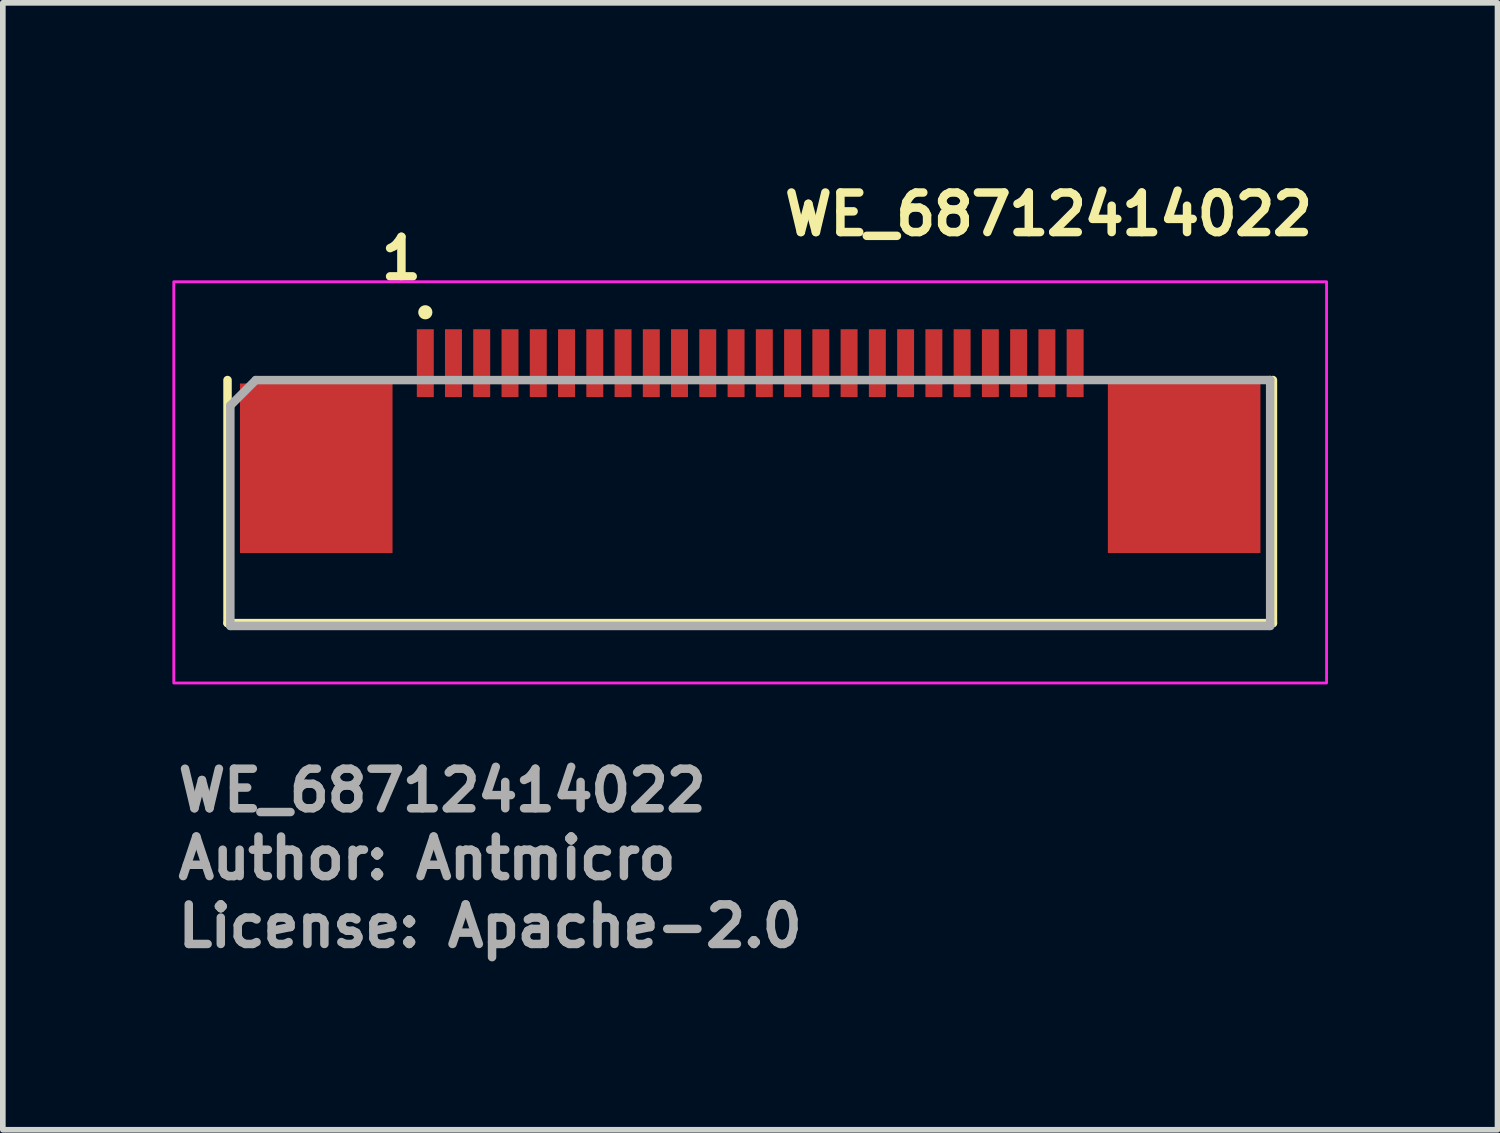
<source format=kicad_pcb>
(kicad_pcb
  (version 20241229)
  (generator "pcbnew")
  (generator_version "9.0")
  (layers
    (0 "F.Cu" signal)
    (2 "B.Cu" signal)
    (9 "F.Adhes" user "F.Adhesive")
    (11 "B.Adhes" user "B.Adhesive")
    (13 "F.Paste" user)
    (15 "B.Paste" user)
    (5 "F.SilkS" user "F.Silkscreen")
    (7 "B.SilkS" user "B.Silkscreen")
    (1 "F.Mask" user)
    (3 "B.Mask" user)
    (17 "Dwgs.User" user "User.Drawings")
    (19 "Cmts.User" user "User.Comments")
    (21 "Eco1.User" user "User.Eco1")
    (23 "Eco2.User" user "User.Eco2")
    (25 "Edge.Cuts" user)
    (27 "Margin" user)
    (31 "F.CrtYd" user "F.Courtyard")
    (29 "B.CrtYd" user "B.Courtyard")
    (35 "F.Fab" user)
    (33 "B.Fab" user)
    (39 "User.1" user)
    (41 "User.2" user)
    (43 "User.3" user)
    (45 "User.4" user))
  (footprint "WE_68712414022"
    (layer "F.Cu")
    (at 4.476 3.376)
    (property "Reference" "WE_68712414022" (at 6.28 -2.226 0) (layer "F.SilkS") (effects (font (size 0.7 0.7) (thickness 0.15)) (justify left bottom)))
    (attr smd)
    (fp_line (start -3.5 0.299) (end -3.5 4.6) (stroke (width 0.15) (type solid)) (layer "F.SilkS"))
    (fp_line (start -3.5 4.6) (end 14.999 4.6) (stroke (width 0.15) (type solid)) (layer "F.SilkS"))
    (fp_line (start 14.999 4.6) (end 14.999 0.299) (stroke (width 0.15) (type solid)) (layer "F.SilkS"))
    (fp_circle (center 0 -0.9) (end 0.05 -0.9) (stroke (width 0.15) (type solid)) (fill yes) (layer "F.SilkS"))
    (fp_rect (start -4.451 -1.44) (end 15.948 5.66) (stroke (width 0.05) (type solid)) (fill no) (layer "F.CrtYd"))
    (fp_line (start -3.45 0.75) (end -3 0.3) (stroke (width 0.15) (type solid)) (layer "F.Fab"))
    (fp_line (start -3.45 4.65) (end -3.45 0.75) (stroke (width 0.15) (type solid)) (layer "F.Fab"))
    (fp_line (start 14.95 0.299) (end -3 0.3) (stroke (width 0.15) (type solid)) (layer "F.Fab"))
    (fp_line (start 14.95 0.299) (end 14.95 4.65) (stroke (width 0.15) (type solid)) (layer "F.Fab"))
    (fp_line (start 14.95 4.65) (end -3.45 4.65) (stroke (width 0.15) (type solid)) (layer "F.Fab"))
    (fp_rect (start -3.451 -0.44) (end 14.948 4.66) (stroke (width 0.1) (type solid)) (fill no) (layer "User.5"))
    (fp_line (start -3.451 3.359) (end -0.551 3.359) (stroke (width 0.02) (type solid)) (layer "User.9"))
    (fp_line (start -3.451 4.56) (end -3.451 3.359) (stroke (width 0.02) (type solid)) (layer "User.9"))
    (fp_line (start -3.451 4.563) (end -3.451 4.56) (stroke (width 0.02) (type solid)) (layer "User.9"))
    (fp_line (start -3.451 4.563) (end -3.451 4.56) (stroke (width 0.02) (type solid)) (layer "User.9"))
    (fp_line (start -3.451 4.568) (end -3.451 4.563) (stroke (width 0.02) (type solid)) (layer "User.9"))
    (fp_line (start -3.451 4.568) (end -3.451 4.563) (stroke (width 0.02) (type solid)) (layer "User.9"))
    (fp_line (start -3.451 4.573) (end -3.451 4.568) (stroke (width 0.02) (type solid)) (layer "User.9"))
    (fp_line (start -3.451 4.573) (end -3.451 4.568) (stroke (width 0.02) (type solid)) (layer "User.9"))
    (fp_line (start -3.45 4.578) (end -3.451 4.573) (stroke (width 0.02) (type solid)) (layer "User.9"))
    (fp_line (start -3.45 4.578) (end -3.451 4.573) (stroke (width 0.02) (type solid)) (layer "User.9"))
    (fp_line (start -3.448 4.584) (end -3.45 4.578) (stroke (width 0.02) (type solid)) (layer "User.9"))
    (fp_line (start -3.448 4.584) (end -3.45 4.578) (stroke (width 0.02) (type solid)) (layer "User.9"))
    (fp_line (start -3.447 4.589) (end -3.448 4.584) (stroke (width 0.02) (type solid)) (layer "User.9"))
    (fp_line (start -3.447 4.589) (end -3.448 4.584) (stroke (width 0.02) (type solid)) (layer "User.9"))
    (fp_line (start -3.446 4.592) (end -3.447 4.589) (stroke (width 0.02) (type solid)) (layer "User.9"))
    (fp_line (start -3.446 4.592) (end -3.447 4.589) (stroke (width 0.02) (type solid)) (layer "User.9"))
    (fp_line (start -3.443 4.597) (end -3.446 4.592) (stroke (width 0.02) (type solid)) (layer "User.9"))
    (fp_line (start -3.443 4.597) (end -3.446 4.592) (stroke (width 0.02) (type solid)) (layer "User.9"))
    (fp_line (start -3.442 4.602) (end -3.443 4.597) (stroke (width 0.02) (type solid)) (layer "User.9"))
    (fp_line (start -3.442 4.602) (end -3.443 4.597) (stroke (width 0.02) (type solid)) (layer "User.9"))
    (fp_line (start -3.439 4.607) (end -3.442 4.602) (stroke (width 0.02) (type solid)) (layer "User.9"))
    (fp_line (start -3.439 4.607) (end -3.442 4.602) (stroke (width 0.02) (type solid)) (layer "User.9"))
    (fp_line (start -3.436 4.61) (end -3.439 4.607) (stroke (width 0.02) (type solid)) (layer "User.9"))
    (fp_line (start -3.436 4.61) (end -3.439 4.607) (stroke (width 0.02) (type solid)) (layer "User.9"))
    (fp_line (start -3.434 4.615) (end -3.436 4.61) (stroke (width 0.02) (type solid)) (layer "User.9"))
    (fp_line (start -3.434 4.615) (end -3.436 4.61) (stroke (width 0.02) (type solid)) (layer "User.9"))
    (fp_line (start -3.431 4.618) (end -3.434 4.615) (stroke (width 0.02) (type solid)) (layer "User.9"))
    (fp_line (start -3.431 4.618) (end -3.434 4.615) (stroke (width 0.02) (type solid)) (layer "User.9"))
    (fp_line (start -3.428 4.623) (end -3.431 4.618) (stroke (width 0.02) (type solid)) (layer "User.9"))
    (fp_line (start -3.428 4.623) (end -3.431 4.618) (stroke (width 0.02) (type solid)) (layer "User.9"))
    (fp_line (start -3.424 4.626) (end -3.428 4.623) (stroke (width 0.02) (type solid)) (layer "User.9"))
    (fp_line (start -3.424 4.626) (end -3.428 4.623) (stroke (width 0.02) (type solid)) (layer "User.9"))
    (fp_line (start -3.422 4.629) (end -3.424 4.626) (stroke (width 0.02) (type solid)) (layer "User.9"))
    (fp_line (start -3.422 4.629) (end -3.424 4.626) (stroke (width 0.02) (type solid)) (layer "User.9"))
    (fp_line (start -3.418 4.632) (end -3.422 4.629) (stroke (width 0.02) (type solid)) (layer "User.9"))
    (fp_line (start -3.418 4.632) (end -3.422 4.629) (stroke (width 0.02) (type solid)) (layer "User.9"))
    (fp_line (start -3.415 4.637) (end -3.418 4.632) (stroke (width 0.02) (type solid)) (layer "User.9"))
    (fp_line (start -3.415 4.637) (end -3.418 4.632) (stroke (width 0.02) (type solid)) (layer "User.9"))
    (fp_line (start -3.411 4.639) (end -3.415 4.637) (stroke (width 0.02) (type solid)) (layer "User.9"))
    (fp_line (start -3.411 4.639) (end -3.415 4.637) (stroke (width 0.02) (type solid)) (layer "User.9"))
    (fp_line (start -3.407 4.642) (end -3.411 4.639) (stroke (width 0.02) (type solid)) (layer "User.9"))
    (fp_line (start -3.407 4.642) (end -3.411 4.639) (stroke (width 0.02) (type solid)) (layer "User.9"))
    (fp_line (start -3.403 4.645) (end -3.407 4.642) (stroke (width 0.02) (type solid)) (layer "User.9"))
    (fp_line (start -3.403 4.645) (end -3.407 4.642) (stroke (width 0.02) (type solid)) (layer "User.9"))
    (fp_line (start -3.399 4.647) (end -3.403 4.645) (stroke (width 0.02) (type solid)) (layer "User.9"))
    (fp_line (start -3.399 4.647) (end -3.403 4.645) (stroke (width 0.02) (type solid)) (layer "User.9"))
    (fp_line (start -3.394 4.65) (end -3.399 4.647) (stroke (width 0.02) (type solid)) (layer "User.9"))
    (fp_line (start -3.394 4.65) (end -3.399 4.647) (stroke (width 0.02) (type solid)) (layer "User.9"))
    (fp_line (start -3.39 4.652) (end -3.394 4.65) (stroke (width 0.02) (type solid)) (layer "User.9"))
    (fp_line (start -3.39 4.652) (end -3.394 4.65) (stroke (width 0.02) (type solid)) (layer "User.9"))
    (fp_line (start -3.384 4.653) (end -3.39 4.652) (stroke (width 0.02) (type solid)) (layer "User.9"))
    (fp_line (start -3.384 4.653) (end -3.39 4.652) (stroke (width 0.02) (type solid)) (layer "User.9"))
    (fp_line (start -3.38 4.655) (end -3.384 4.653) (stroke (width 0.02) (type solid)) (layer "User.9"))
    (fp_line (start -3.38 4.655) (end -3.384 4.653) (stroke (width 0.02) (type solid)) (layer "User.9"))
    (fp_line (start -3.375 4.656) (end -3.38 4.655) (stroke (width 0.02) (type solid)) (layer "User.9"))
    (fp_line (start -3.375 4.656) (end -3.38 4.655) (stroke (width 0.02) (type solid)) (layer "User.9"))
    (fp_line (start -3.371 4.658) (end -3.375 4.656) (stroke (width 0.02) (type solid)) (layer "User.9"))
    (fp_line (start -3.371 4.658) (end -3.375 4.656) (stroke (width 0.02) (type solid)) (layer "User.9"))
    (fp_line (start -3.366 4.658) (end -3.371 4.658) (stroke (width 0.02) (type solid)) (layer "User.9"))
    (fp_line (start -3.366 4.658) (end -3.371 4.658) (stroke (width 0.02) (type solid)) (layer "User.9"))
    (fp_line (start -3.36 4.658) (end -3.366 4.658) (stroke (width 0.02) (type solid)) (layer "User.9"))
    (fp_line (start -3.36 4.658) (end -3.366 4.658) (stroke (width 0.02) (type solid)) (layer "User.9"))
    (fp_line (start -3.355 4.658) (end -3.36 4.658) (stroke (width 0.02) (type solid)) (layer "User.9"))
    (fp_line (start -3.355 4.658) (end -3.36 4.658) (stroke (width 0.02) (type solid)) (layer "User.9"))
    (fp_line (start -3.351 4.66) (end -3.355 4.658) (stroke (width 0.02) (type solid)) (layer "User.9"))
    (fp_line (start -3.351 4.66) (end -3.355 4.658) (stroke (width 0.02) (type solid)) (layer "User.9"))
    (fp_line (start -3.351 4.66) (end -0.652 4.66) (stroke (width 0.02) (type solid)) (layer "User.9"))
    (fp_line (start -3.282 0.858) (end -3.281 0.862) (stroke (width 0.02) (type solid)) (layer "User.9"))
    (fp_line (start -3.282 1.751) (end -3.282 1.755) (stroke (width 0.02) (type solid)) (layer "User.9"))
    (fp_line (start -3.282 1.755) (end -3.282 1.759) (stroke (width 0.02) (type solid)) (layer "User.9"))
    (fp_line (start -3.282 1.759) (end -3.282 1.765) (stroke (width 0.02) (type solid)) (layer "User.9"))
    (fp_line (start -3.282 1.765) (end -3.281 1.769) (stroke (width 0.02) (type solid)) (layer "User.9"))
    (fp_line (start -3.281 0.848) (end -3.281 0.848) (stroke (width 0.02) (type solid)) (layer "User.9"))
    (fp_line (start -3.281 0.848) (end -3.281 0.853) (stroke (width 0.02) (type solid)) (layer "User.9"))
    (fp_line (start -3.281 0.853) (end -3.282 0.858) (stroke (width 0.02) (type solid)) (layer "User.9"))
    (fp_line (start -3.281 0.862) (end -3.281 0.867) (stroke (width 0.02) (type solid)) (layer "User.9"))
    (fp_line (start -3.281 0.867) (end -3.281 0.872) (stroke (width 0.02) (type solid)) (layer "User.9"))
    (fp_line (start -3.281 0.872) (end -3.279 0.876) (stroke (width 0.02) (type solid)) (layer "User.9"))
    (fp_line (start -3.281 1.745) (end -3.282 1.751) (stroke (width 0.02) (type solid)) (layer "User.9"))
    (fp_line (start -3.281 1.769) (end -3.281 1.769) (stroke (width 0.02) (type solid)) (layer "User.9"))
    (fp_line (start -3.281 1.769) (end -3.281 1.773) (stroke (width 0.02) (type solid)) (layer "User.9"))
    (fp_line (start -3.281 1.773) (end -3.279 1.779) (stroke (width 0.02) (type solid)) (layer "User.9"))
    (fp_line (start -3.279 0.839) (end -3.279 0.843) (stroke (width 0.02) (type solid)) (layer "User.9"))
    (fp_line (start -3.279 0.843) (end -3.281 0.848) (stroke (width 0.02) (type solid)) (layer "User.9"))
    (fp_line (start -3.279 0.876) (end -3.278 0.881) (stroke (width 0.02) (type solid)) (layer "User.9"))
    (fp_line (start -3.279 1.737) (end -3.279 1.741) (stroke (width 0.02) (type solid)) (layer "User.9"))
    (fp_line (start -3.279 1.741) (end -3.281 1.745) (stroke (width 0.02) (type solid)) (layer "User.9"))
    (fp_line (start -3.279 1.779) (end -3.278 1.783) (stroke (width 0.02) (type solid)) (layer "User.9"))
    (fp_line (start -3.278 0.834) (end -3.279 0.839) (stroke (width 0.02) (type solid)) (layer "User.9"))
    (fp_line (start -3.278 0.881) (end -3.278 0.885) (stroke (width 0.02) (type solid)) (layer "User.9"))
    (fp_line (start -3.278 0.885) (end -3.277 0.89) (stroke (width 0.02) (type solid)) (layer "User.9"))
    (fp_line (start -3.278 1.733) (end -3.279 1.737) (stroke (width 0.02) (type solid)) (layer "User.9"))
    (fp_line (start -3.278 1.783) (end -3.278 1.787) (stroke (width 0.02) (type solid)) (layer "User.9"))
    (fp_line (start -3.278 1.787) (end -3.275 1.792) (stroke (width 0.02) (type solid)) (layer "User.9"))
    (fp_line (start -3.277 0.831) (end -3.278 0.834) (stroke (width 0.02) (type solid)) (layer "User.9"))
    (fp_line (start -3.277 0.89) (end -3.274 0.894) (stroke (width 0.02) (type solid)) (layer "User.9"))
    (fp_line (start -3.277 1.727) (end -3.278 1.733) (stroke (width 0.02) (type solid)) (layer "User.9"))
    (fp_line (start -3.275 0.826) (end -3.277 0.831) (stroke (width 0.02) (type solid)) (layer "User.9"))
    (fp_line (start -3.275 1.723) (end -3.277 1.727) (stroke (width 0.02) (type solid)) (layer "User.9"))
    (fp_line (start -3.275 1.792) (end -3.274 1.796) (stroke (width 0.02) (type solid)) (layer "User.9"))
    (fp_line (start -3.274 0.822) (end -3.275 0.826) (stroke (width 0.02) (type solid)) (layer "User.9"))
    (fp_line (start -3.274 0.894) (end -3.273 0.899) (stroke (width 0.02) (type solid)) (layer "User.9"))
    (fp_line (start -3.274 1.719) (end -3.275 1.723) (stroke (width 0.02) (type solid)) (layer "User.9"))
    (fp_line (start -3.274 1.796) (end -3.273 1.8) (stroke (width 0.02) (type solid)) (layer "User.9"))
    (fp_line (start -3.273 0.899) (end -3.271 0.903) (stroke (width 0.02) (type solid)) (layer "User.9"))
    (fp_line (start -3.273 1.8) (end -3.27 1.804) (stroke (width 0.02) (type solid)) (layer "User.9"))
    (fp_line (start -3.271 0.818) (end -3.274 0.822) (stroke (width 0.02) (type solid)) (layer "User.9"))
    (fp_line (start -3.271 0.903) (end -3.269 0.907) (stroke (width 0.02) (type solid)) (layer "User.9"))
    (fp_line (start -3.271 1.715) (end -3.274 1.719) (stroke (width 0.02) (type solid)) (layer "User.9"))
    (fp_line (start -3.27 0.814) (end -3.271 0.818) (stroke (width 0.02) (type solid)) (layer "User.9"))
    (fp_line (start -3.27 1.711) (end -3.271 1.715) (stroke (width 0.02) (type solid)) (layer "User.9"))
    (fp_line (start -3.27 1.804) (end -3.269 1.808) (stroke (width 0.02) (type solid)) (layer "User.9"))
    (fp_line (start -3.269 0.907) (end -3.266 0.911) (stroke (width 0.02) (type solid)) (layer "User.9"))
    (fp_line (start -3.269 1.808) (end -3.266 1.812) (stroke (width 0.02) (type solid)) (layer "User.9"))
    (fp_line (start -3.267 0.81) (end -3.27 0.814) (stroke (width 0.02) (type solid)) (layer "User.9"))
    (fp_line (start -3.267 1.707) (end -3.27 1.711) (stroke (width 0.02) (type solid)) (layer "User.9"))
    (fp_line (start -3.266 0.806) (end -3.267 0.81) (stroke (width 0.02) (type solid)) (layer "User.9"))
    (fp_line (start -3.266 0.911) (end -3.265 0.915) (stroke (width 0.02) (type solid)) (layer "User.9"))
    (fp_line (start -3.266 1.812) (end -3.263 1.816) (stroke (width 0.02) (type solid)) (layer "User.9"))
    (fp_line (start -3.265 0.915) (end -3.262 0.919) (stroke (width 0.02) (type solid)) (layer "User.9"))
    (fp_line (start -3.265 1.703) (end -3.267 1.707) (stroke (width 0.02) (type solid)) (layer "User.9"))
    (fp_line (start -3.263 1.816) (end -3.261 1.82) (stroke (width 0.02) (type solid)) (layer "User.9"))
    (fp_line (start -3.262 0.802) (end -3.266 0.806) (stroke (width 0.02) (type solid)) (layer "User.9"))
    (fp_line (start -3.262 0.919) (end -3.259 0.922) (stroke (width 0.02) (type solid)) (layer "User.9"))
    (fp_line (start -3.262 1.699) (end -3.265 1.703) (stroke (width 0.02) (type solid)) (layer "User.9"))
    (fp_line (start -3.261 0.798) (end -3.262 0.802) (stroke (width 0.02) (type solid)) (layer "User.9"))
    (fp_line (start -3.261 1.82) (end -3.258 1.824) (stroke (width 0.02) (type solid)) (layer "User.9"))
    (fp_line (start -3.259 0.922) (end -3.257 0.926) (stroke (width 0.02) (type solid)) (layer "User.9"))
    (fp_line (start -3.259 1.697) (end -3.262 1.699) (stroke (width 0.02) (type solid)) (layer "User.9"))
    (fp_line (start -3.258 0.795) (end -3.261 0.798) (stroke (width 0.02) (type solid)) (layer "User.9"))
    (fp_line (start -3.258 1.824) (end -3.254 1.826) (stroke (width 0.02) (type solid)) (layer "User.9"))
    (fp_line (start -3.257 0.926) (end -3.254 0.929) (stroke (width 0.02) (type solid)) (layer "User.9"))
    (fp_line (start -3.257 1.693) (end -3.259 1.697) (stroke (width 0.02) (type solid)) (layer "User.9"))
    (fp_line (start -3.254 0.792) (end -3.258 0.795) (stroke (width 0.02) (type solid)) (layer "User.9"))
    (fp_line (start -3.254 0.929) (end -3.25 0.932) (stroke (width 0.02) (type solid)) (layer "User.9"))
    (fp_line (start -3.254 1.689) (end -3.257 1.693) (stroke (width 0.02) (type solid)) (layer "User.9"))
    (fp_line (start -3.254 1.826) (end -3.251 1.83) (stroke (width 0.02) (type solid)) (layer "User.9"))
    (fp_line (start -3.251 0.788) (end -3.254 0.792) (stroke (width 0.02) (type solid)) (layer "User.9"))
    (fp_line (start -3.251 1.83) (end -3.249 1.834) (stroke (width 0.02) (type solid)) (layer "User.9"))
    (fp_line (start -3.25 0.932) (end -3.246 0.935) (stroke (width 0.02) (type solid)) (layer "User.9"))
    (fp_line (start -3.25 1.687) (end -3.254 1.689) (stroke (width 0.02) (type solid)) (layer "User.9"))
    (fp_line (start -3.249 1.834) (end -3.246 1.836) (stroke (width 0.02) (type solid)) (layer "User.9"))
    (fp_line (start -3.247 0.785) (end -3.251 0.788) (stroke (width 0.02) (type solid)) (layer "User.9"))
    (fp_line (start -3.246 0.935) (end -3.243 0.938) (stroke (width 0.02) (type solid)) (layer "User.9"))
    (fp_line (start -3.246 1.683) (end -3.25 1.687) (stroke (width 0.02) (type solid)) (layer "User.9"))
    (fp_line (start -3.246 1.836) (end -3.242 1.838) (stroke (width 0.02) (type solid)) (layer "User.9"))
    (fp_line (start -3.245 0.782) (end -3.247 0.785) (stroke (width 0.02) (type solid)) (layer "User.9"))
    (fp_line (start -3.243 0.938) (end -3.239 0.941) (stroke (width 0.02) (type solid)) (layer "User.9"))
    (fp_line (start -3.243 1.681) (end -3.246 1.683) (stroke (width 0.02) (type solid)) (layer "User.9"))
    (fp_line (start -3.242 0.78) (end -3.245 0.782) (stroke (width 0.02) (type solid)) (layer "User.9"))
    (fp_line (start -3.242 1.838) (end -3.238 1.842) (stroke (width 0.02) (type solid)) (layer "User.9"))
    (fp_line (start -3.239 0.941) (end -3.235 0.943) (stroke (width 0.02) (type solid)) (layer "User.9"))
    (fp_line (start -3.239 1.677) (end -3.243 1.681) (stroke (width 0.02) (type solid)) (layer "User.9"))
    (fp_line (start -3.238 0.777) (end -3.242 0.78) (stroke (width 0.02) (type solid)) (layer "User.9"))
    (fp_line (start -3.238 1.842) (end -3.234 1.844) (stroke (width 0.02) (type solid)) (layer "User.9"))
    (fp_line (start -3.237 1.675) (end -3.239 1.677) (stroke (width 0.02) (type solid)) (layer "User.9"))
    (fp_line (start -3.235 0.943) (end -3.231 0.946) (stroke (width 0.02) (type solid)) (layer "User.9"))
    (fp_line (start -3.234 0.774) (end -3.238 0.777) (stroke (width 0.02) (type solid)) (layer "User.9"))
    (fp_line (start -3.234 1.844) (end -3.23 1.846) (stroke (width 0.02) (type solid)) (layer "User.9"))
    (fp_line (start -3.233 1.673) (end -3.237 1.675) (stroke (width 0.02) (type solid)) (layer "User.9"))
    (fp_line (start -3.231 0.946) (end -3.227 0.948) (stroke (width 0.02) (type solid)) (layer "User.9"))
    (fp_line (start -3.23 0.772) (end -3.234 0.774) (stroke (width 0.02) (type solid)) (layer "User.9"))
    (fp_line (start -3.23 1.846) (end -3.226 1.848) (stroke (width 0.02) (type solid)) (layer "User.9"))
    (fp_line (start -3.229 1.671) (end -3.233 1.673) (stroke (width 0.02) (type solid)) (layer "User.9"))
    (fp_line (start -3.227 0.948) (end -3.223 0.95) (stroke (width 0.02) (type solid)) (layer "User.9"))
    (fp_line (start -3.226 0.77) (end -3.23 0.772) (stroke (width 0.02) (type solid)) (layer "User.9"))
    (fp_line (start -3.226 1.848) (end -3.222 1.85) (stroke (width 0.02) (type solid)) (layer "User.9"))
    (fp_line (start -3.225 1.669) (end -3.229 1.671) (stroke (width 0.02) (type solid)) (layer "User.9"))
    (fp_line (start -3.223 0.95) (end -3.219 0.952) (stroke (width 0.02) (type solid)) (layer "User.9"))
    (fp_line (start -3.222 0.768) (end -3.226 0.77) (stroke (width 0.02) (type solid)) (layer "User.9"))
    (fp_line (start -3.222 1.85) (end -3.218 1.852) (stroke (width 0.02) (type solid)) (layer "User.9"))
    (fp_line (start -3.219 0.952) (end -3.215 0.954) (stroke (width 0.02) (type solid)) (layer "User.9"))
    (fp_line (start -3.219 1.667) (end -3.225 1.669) (stroke (width 0.02) (type solid)) (layer "User.9"))
    (fp_line (start -3.218 0.765) (end -3.222 0.768) (stroke (width 0.02) (type solid)) (layer "User.9"))
    (fp_line (start -3.218 1.852) (end -3.214 1.854) (stroke (width 0.02) (type solid)) (layer "User.9"))
    (fp_line (start -3.215 0.954) (end -3.21 0.955) (stroke (width 0.02) (type solid)) (layer "User.9"))
    (fp_line (start -3.215 1.665) (end -3.219 1.667) (stroke (width 0.02) (type solid)) (layer "User.9"))
    (fp_line (start -3.214 0.764) (end -3.218 0.765) (stroke (width 0.02) (type solid)) (layer "User.9"))
    (fp_line (start -3.214 1.854) (end -3.21 1.856) (stroke (width 0.02) (type solid)) (layer "User.9"))
    (fp_line (start -3.211 1.664) (end -3.215 1.665) (stroke (width 0.02) (type solid)) (layer "User.9"))
    (fp_line (start -3.21 0.955) (end -3.206 0.956) (stroke (width 0.02) (type solid)) (layer "User.9"))
    (fp_line (start -3.21 1.856) (end -3.205 1.856) (stroke (width 0.02) (type solid)) (layer "User.9"))
    (fp_line (start -3.209 0.762) (end -3.214 0.764) (stroke (width 0.02) (type solid)) (layer "User.9"))
    (fp_line (start -3.206 0.956) (end -3.202 0.957) (stroke (width 0.02) (type solid)) (layer "User.9"))
    (fp_line (start -3.206 1.662) (end -3.211 1.664) (stroke (width 0.02) (type solid)) (layer "User.9"))
    (fp_line (start -3.205 0.761) (end -3.209 0.762) (stroke (width 0.02) (type solid)) (layer "User.9"))
    (fp_line (start -3.205 1.856) (end -3.201 1.858) (stroke (width 0.02) (type solid)) (layer "User.9"))
    (fp_line (start -3.202 0.957) (end -2.902 1.019) (stroke (width 0.02) (type solid)) (layer "User.9"))
    (fp_line (start -3.202 1.662) (end -3.206 1.662) (stroke (width 0.02) (type solid)) (layer "User.9"))
    (fp_line (start -3.201 1.858) (end -3.196 1.858) (stroke (width 0.02) (type solid)) (layer "User.9"))
    (fp_line (start -3.2 0.76) (end -3.205 0.761) (stroke (width 0.02) (type solid)) (layer "User.9"))
    (fp_line (start -3.196 0.76) (end -3.2 0.76) (stroke (width 0.02) (type solid)) (layer "User.9"))
    (fp_line (start -3.196 1.858) (end -3.192 1.858) (stroke (width 0.02) (type solid)) (layer "User.9"))
    (fp_line (start -3.192 1.858) (end -3.186 1.858) (stroke (width 0.02) (type solid)) (layer "User.9"))
    (fp_line (start -3.19 0.759) (end -3.196 0.76) (stroke (width 0.02) (type solid)) (layer "User.9"))
    (fp_line (start -3.186 1.858) (end -3.181 1.86) (stroke (width 0.02) (type solid)) (layer "User.9"))
    (fp_line (start -3.185 0.759) (end -3.19 0.759) (stroke (width 0.02) (type solid)) (layer "User.9"))
    (fp_line (start -3.181 0.758) (end -3.185 0.759) (stroke (width 0.02) (type solid)) (layer "User.9"))
    (fp_line (start -3.181 0.758) (end -2.902 0.758) (stroke (width 0.02) (type solid)) (layer "User.9"))
    (fp_line (start -3.181 1.86) (end -2.902 1.86) (stroke (width 0.02) (type solid)) (layer "User.9"))
    (fp_line (start -3.152 3.359) (end -3.138 3.358) (stroke (width 0.02) (type solid)) (layer "User.9"))
    (fp_line (start -3.138 3.358) (end -3.126 3.358) (stroke (width 0.02) (type solid)) (layer "User.9"))
    (fp_line (start -3.126 3.358) (end -3.114 3.357) (stroke (width 0.02) (type solid)) (layer "User.9"))
    (fp_line (start -3.114 3.357) (end -3.102 3.354) (stroke (width 0.02) (type solid)) (layer "User.9"))
    (fp_line (start -3.102 3.354) (end -3.09 3.351) (stroke (width 0.02) (type solid)) (layer "User.9"))
    (fp_line (start -3.09 3.351) (end -3.078 3.347) (stroke (width 0.02) (type solid)) (layer "User.9"))
    (fp_line (start -3.078 3.347) (end -3.067 3.345) (stroke (width 0.02) (type solid)) (layer "User.9"))
    (fp_line (start -3.067 3.345) (end -3.056 3.339) (stroke (width 0.02) (type solid)) (layer "User.9"))
    (fp_line (start -3.056 3.339) (end -3.044 3.334) (stroke (width 0.02) (type solid)) (layer "User.9"))
    (fp_line (start -3.044 3.334) (end -3.033 3.33) (stroke (width 0.02) (type solid)) (layer "User.9"))
    (fp_line (start -3.033 3.33) (end -3.023 3.324) (stroke (width 0.02) (type solid)) (layer "User.9"))
    (fp_line (start -3.023 3.324) (end -3.012 3.317) (stroke (width 0.02) (type solid)) (layer "User.9"))
    (fp_line (start -3.012 3.317) (end -3.003 3.309) (stroke (width 0.02) (type solid)) (layer "User.9"))
    (fp_line (start -3.003 3.309) (end -2.992 3.302) (stroke (width 0.02) (type solid)) (layer "User.9"))
    (fp_line (start -2.992 3.302) (end -2.984 3.294) (stroke (width 0.02) (type solid)) (layer "User.9"))
    (fp_line (start -2.984 3.294) (end -2.975 3.285) (stroke (width 0.02) (type solid)) (layer "User.9"))
    (fp_line (start -2.975 3.285) (end -2.975 3.285) (stroke (width 0.02) (type solid)) (layer "User.9"))
    (fp_line (start -2.975 3.285) (end -2.965 3.277) (stroke (width 0.02) (type solid)) (layer "User.9"))
    (fp_line (start -2.965 3.277) (end -2.957 3.268) (stroke (width 0.02) (type solid)) (layer "User.9"))
    (fp_line (start -2.957 3.268) (end -2.951 3.257) (stroke (width 0.02) (type solid)) (layer "User.9"))
    (fp_line (start -2.951 3.257) (end -2.943 3.248) (stroke (width 0.02) (type solid)) (layer "User.9"))
    (fp_line (start -2.943 3.248) (end -2.936 3.237) (stroke (width 0.02) (type solid)) (layer "User.9"))
    (fp_line (start -2.936 3.237) (end -2.931 3.226) (stroke (width 0.02) (type solid)) (layer "User.9"))
    (fp_line (start -2.931 3.226) (end -2.926 3.216) (stroke (width 0.02) (type solid)) (layer "User.9"))
    (fp_line (start -2.926 3.216) (end -2.92 3.205) (stroke (width 0.02) (type solid)) (layer "User.9"))
    (fp_line (start -2.92 3.205) (end -2.915 3.193) (stroke (width 0.02) (type solid)) (layer "User.9"))
    (fp_line (start -2.915 3.193) (end -2.912 3.181) (stroke (width 0.02) (type solid)) (layer "User.9"))
    (fp_line (start -2.912 3.181) (end -2.908 3.169) (stroke (width 0.02) (type solid)) (layer "User.9"))
    (fp_line (start -2.908 3.169) (end -2.907 3.157) (stroke (width 0.02) (type solid)) (layer "User.9"))
    (fp_line (start -2.907 3.157) (end -2.903 3.145) (stroke (width 0.02) (type solid)) (layer "User.9"))
    (fp_line (start -2.903 3.133) (end -2.902 3.121) (stroke (width 0.02) (type solid)) (layer "User.9"))
    (fp_line (start -2.903 3.145) (end -2.903 3.133) (stroke (width 0.02) (type solid)) (layer "User.9"))
    (fp_line (start -2.902 0.359) (end -2.451 0.359) (stroke (width 0.02) (type solid)) (layer "User.9"))
    (fp_line (start -2.902 1.259) (end -2.902 0.359) (stroke (width 0.02) (type solid)) (layer "User.9"))
    (fp_line (start -2.902 1.259) (end -2.902 3.109) (stroke (width 0.02) (type solid)) (layer "User.9"))
    (fp_line (start -2.902 1.598) (end -3.202 1.662) (stroke (width 0.02) (type solid)) (layer "User.9"))
    (fp_line (start -2.902 3.121) (end -2.902 3.109) (stroke (width 0.02) (type solid)) (layer "User.9"))
    (fp_line (start -2.451 0.359) (end -2.451 3.359) (stroke (width 0.02) (type solid)) (layer "User.9"))
    (fp_line (start -2.451 0.359) (end -1.68 0.359) (stroke (width 0.02) (type solid)) (layer "User.9"))
    (fp_line (start -2.451 1.259) (end -2.902 1.259) (stroke (width 0.02) (type solid)) (layer "User.9"))
    (fp_line (start -2.281 2.859) (end -2.281 0.758) (stroke (width 0.02) (type solid)) (layer "User.9"))
    (fp_line (start -1.881 1.4) (end -1.879 1.39) (stroke (width 0.02) (type solid)) (layer "User.9"))
    (fp_line (start -1.881 1.409) (end -1.881 1.4) (stroke (width 0.02) (type solid)) (layer "User.9"))
    (fp_line (start -1.881 1.419) (end -1.881 1.409) (stroke (width 0.02) (type solid)) (layer "User.9"))
    (fp_line (start -1.879 1.38) (end -1.875 1.37) (stroke (width 0.02) (type solid)) (layer "User.9"))
    (fp_line (start -1.879 1.39) (end -1.879 1.38) (stroke (width 0.02) (type solid)) (layer "User.9"))
    (fp_line (start -1.879 1.429) (end -1.881 1.419) (stroke (width 0.02) (type solid)) (layer "User.9"))
    (fp_line (start -1.879 1.437) (end -1.879 1.429) (stroke (width 0.02) (type solid)) (layer "User.9"))
    (fp_line (start -1.875 1.37) (end -1.873 1.362) (stroke (width 0.02) (type solid)) (layer "User.9"))
    (fp_line (start -1.875 1.447) (end -1.879 1.437) (stroke (width 0.02) (type solid)) (layer "User.9"))
    (fp_line (start -1.873 1.362) (end -1.869 1.352) (stroke (width 0.02) (type solid)) (layer "User.9"))
    (fp_line (start -1.873 1.457) (end -1.875 1.447) (stroke (width 0.02) (type solid)) (layer "User.9"))
    (fp_line (start -1.869 1.352) (end -1.865 1.342) (stroke (width 0.02) (type solid)) (layer "User.9"))
    (fp_line (start -1.869 1.467) (end -1.873 1.457) (stroke (width 0.02) (type solid)) (layer "User.9"))
    (fp_line (start -1.865 1.342) (end -1.861 1.334) (stroke (width 0.02) (type solid)) (layer "User.9"))
    (fp_line (start -1.865 1.475) (end -1.869 1.467) (stroke (width 0.02) (type solid)) (layer "User.9"))
    (fp_line (start -1.861 1.334) (end -1.861 1.334) (stroke (width 0.02) (type solid)) (layer "User.9"))
    (fp_line (start -1.861 1.334) (end -1.859 1.33) (stroke (width 0.02) (type solid)) (layer "User.9"))
    (fp_line (start -1.861 1.485) (end -1.865 1.475) (stroke (width 0.02) (type solid)) (layer "User.9"))
    (fp_line (start -1.861 1.485) (end -1.861 1.485) (stroke (width 0.02) (type solid)) (layer "User.9"))
    (fp_line (start -1.859 1.33) (end -1.855 1.326) (stroke (width 0.02) (type solid)) (layer "User.9"))
    (fp_line (start -1.855 1.326) (end -1.853 1.322) (stroke (width 0.02) (type solid)) (layer "User.9"))
    (fp_line (start -1.855 1.493) (end -1.861 1.485) (stroke (width 0.02) (type solid)) (layer "User.9"))
    (fp_line (start -1.853 1.322) (end -1.849 1.318) (stroke (width 0.02) (type solid)) (layer "User.9"))
    (fp_line (start -1.849 1.318) (end -1.847 1.314) (stroke (width 0.02) (type solid)) (layer "User.9"))
    (fp_line (start -1.849 1.501) (end -1.855 1.493) (stroke (width 0.02) (type solid)) (layer "User.9"))
    (fp_line (start -1.847 1.314) (end -1.843 1.31) (stroke (width 0.02) (type solid)) (layer "User.9"))
    (fp_line (start -1.843 1.31) (end -1.841 1.306) (stroke (width 0.02) (type solid)) (layer "User.9"))
    (fp_line (start -1.843 1.509) (end -1.849 1.501) (stroke (width 0.02) (type solid)) (layer "User.9"))
    (fp_line (start -1.841 1.306) (end -1.837 1.302) (stroke (width 0.02) (type solid)) (layer "User.9"))
    (fp_line (start -1.837 1.302) (end -1.833 1.3) (stroke (width 0.02) (type solid)) (layer "User.9"))
    (fp_line (start -1.837 1.515) (end -1.843 1.509) (stroke (width 0.02) (type solid)) (layer "User.9"))
    (fp_line (start -1.833 1.3) (end -1.829 1.296) (stroke (width 0.02) (type solid)) (layer "User.9"))
    (fp_line (start -1.829 1.296) (end -1.825 1.292) (stroke (width 0.02) (type solid)) (layer "User.9"))
    (fp_line (start -1.829 1.521) (end -1.837 1.515) (stroke (width 0.02) (type solid)) (layer "User.9"))
    (fp_line (start -1.825 1.292) (end -1.823 1.29) (stroke (width 0.02) (type solid)) (layer "User.9"))
    (fp_line (start -1.823 1.29) (end -1.819 1.286) (stroke (width 0.02) (type solid)) (layer "User.9"))
    (fp_line (start -1.823 1.529) (end -1.829 1.521) (stroke (width 0.02) (type solid)) (layer "User.9"))
    (fp_line (start -1.819 1.286) (end -1.815 1.284) (stroke (width 0.02) (type solid)) (layer "User.9"))
    (fp_line (start -1.815 1.284) (end -1.811 1.282) (stroke (width 0.02) (type solid)) (layer "User.9"))
    (fp_line (start -1.815 1.533) (end -1.823 1.529) (stroke (width 0.02) (type solid)) (layer "User.9"))
    (fp_line (start -1.811 1.282) (end -1.805 1.28) (stroke (width 0.02) (type solid)) (layer "User.9"))
    (fp_line (start -1.805 1.28) (end -1.801 1.277) (stroke (width 0.02) (type solid)) (layer "User.9"))
    (fp_line (start -1.805 1.538) (end -1.815 1.533) (stroke (width 0.02) (type solid)) (layer "User.9"))
    (fp_line (start -1.801 1.277) (end -1.797 1.275) (stroke (width 0.02) (type solid)) (layer "User.9"))
    (fp_line (start -1.797 1.275) (end -1.793 1.273) (stroke (width 0.02) (type solid)) (layer "User.9"))
    (fp_line (start -1.797 1.544) (end -1.805 1.538) (stroke (width 0.02) (type solid)) (layer "User.9"))
    (fp_line (start -1.793 1.273) (end -1.788 1.271) (stroke (width 0.02) (type solid)) (layer "User.9"))
    (fp_line (start -1.788 1.271) (end -1.784 1.269) (stroke (width 0.02) (type solid)) (layer "User.9"))
    (fp_line (start -1.788 1.548) (end -1.797 1.544) (stroke (width 0.02) (type solid)) (layer "User.9"))
    (fp_line (start -1.784 1.269) (end -1.78 1.267) (stroke (width 0.02) (type solid)) (layer "User.9"))
    (fp_line (start -1.78 1.267) (end -1.774 1.265) (stroke (width 0.02) (type solid)) (layer "User.9"))
    (fp_line (start -1.78 1.55) (end -1.788 1.548) (stroke (width 0.02) (type solid)) (layer "User.9"))
    (fp_line (start -1.774 1.265) (end -1.77 1.265) (stroke (width 0.02) (type solid)) (layer "User.9"))
    (fp_line (start -1.77 1.265) (end -1.766 1.263) (stroke (width 0.02) (type solid)) (layer "User.9"))
    (fp_line (start -1.77 1.554) (end -1.78 1.55) (stroke (width 0.02) (type solid)) (layer "User.9"))
    (fp_line (start -1.766 1.263) (end -1.76 1.261) (stroke (width 0.02) (type solid)) (layer "User.9"))
    (fp_line (start -1.76 1.261) (end -1.756 1.261) (stroke (width 0.02) (type solid)) (layer "User.9"))
    (fp_line (start -1.76 1.556) (end -1.77 1.554) (stroke (width 0.02) (type solid)) (layer "User.9"))
    (fp_line (start -1.756 1.261) (end -1.75 1.261) (stroke (width 0.02) (type solid)) (layer "User.9"))
    (fp_line (start -1.75 1.261) (end -1.746 1.259) (stroke (width 0.02) (type solid)) (layer "User.9"))
    (fp_line (start -1.75 1.558) (end -1.76 1.556) (stroke (width 0.02) (type solid)) (layer "User.9"))
    (fp_line (start -1.746 1.259) (end -1.74 1.259) (stroke (width 0.02) (type solid)) (layer "User.9"))
    (fp_line (start -1.74 1.259) (end -1.736 1.259) (stroke (width 0.02) (type solid)) (layer "User.9"))
    (fp_line (start -1.74 1.558) (end -1.75 1.558) (stroke (width 0.02) (type solid)) (layer "User.9"))
    (fp_line (start -1.736 1.259) (end -1.732 1.259) (stroke (width 0.02) (type solid)) (layer "User.9"))
    (fp_line (start -1.732 1.259) (end -1.192 1.259) (stroke (width 0.02) (type solid)) (layer "User.9"))
    (fp_line (start -1.732 1.56) (end -1.74 1.558) (stroke (width 0.02) (type solid)) (layer "User.9"))
    (fp_line (start -1.68 0.359) (end -1.532 0.508) (stroke (width 0.02) (type solid)) (layer "User.9"))
    (fp_line (start -1.532 0.508) (end -1.532 0.758) (stroke (width 0.02) (type solid)) (layer "User.9"))
    (fp_line (start -1.532 0.508) (end -1.381 0.66) (stroke (width 0.02) (type solid)) (layer "User.9"))
    (fp_line (start -1.532 1.259) (end -1.532 1.56) (stroke (width 0.02) (type solid)) (layer "User.9"))
    (fp_line (start -1.532 2.859) (end -1.532 2.959) (stroke (width 0.02) (type solid)) (layer "User.9"))
    (fp_line (start -1.532 2.959) (end -1.18 2.959) (stroke (width 0.02) (type solid)) (layer "User.9"))
    (fp_line (start -1.381 0.66) (end -1.381 0.758) (stroke (width 0.02) (type solid)) (layer "User.9"))
    (fp_line (start -1.381 1.259) (end -1.381 1.56) (stroke (width 0.02) (type solid)) (layer "User.9"))
    (fp_line (start -1.381 2.859) (end -1.381 2.959) (stroke (width 0.02) (type solid)) (layer "User.9"))
    (fp_line (start -1.192 0.758) (end -2.281 0.758) (stroke (width 0.02) (type solid)) (layer "User.9"))
    (fp_line (start -1.192 0.758) (end -0.981 0.758) (stroke (width 0.02) (type solid)) (layer "User.9"))
    (fp_line (start -1.192 1.56) (end -1.732 1.56) (stroke (width 0.02) (type solid)) (layer "User.9"))
    (fp_line (start -1.192 1.56) (end -0.981 1.56) (stroke (width 0.02) (type solid)) (layer "User.9"))
    (fp_line (start -1.192 2.859) (end -2.281 2.859) (stroke (width 0.02) (type solid)) (layer "User.9"))
    (fp_line (start -1.192 2.859) (end -0.981 2.859) (stroke (width 0.02) (type solid)) (layer "User.9"))
    (fp_line (start -1.18 0.56) (end -1.18 0.758) (stroke (width 0.02) (type solid)) (layer "User.9"))
    (fp_line (start -1.18 0.56) (end -0.981 0.56) (stroke (width 0.02) (type solid)) (layer "User.9"))
    (fp_line (start -1.18 2.959) (end -1.18 3.359) (stroke (width 0.02) (type solid)) (layer "User.9"))
    (fp_line (start -0.981 0.56) (end -0.981 0.758) (stroke (width 0.02) (type solid)) (layer "User.9"))
    (fp_line (start -0.981 0.859) (end -0.981 0.758) (stroke (width 0.02) (type solid)) (layer "User.9"))
    (fp_line (start -0.981 0.859) (end -0.981 0.758) (stroke (width 0.02) (type solid)) (layer "User.9"))
    (fp_line (start -0.981 0.859) (end -0.481 0.359) (stroke (width 0.02) (type solid)) (layer "User.9"))
    (fp_line (start -0.981 1.259) (end -1.192 1.259) (stroke (width 0.02) (type solid)) (layer "User.9"))
    (fp_line (start -0.981 3.359) (end -0.981 0.859) (stroke (width 0.02) (type solid)) (layer "User.9"))
    (fp_line (start -0.652 4.66) (end -0.647 4.658) (stroke (width 0.02) (type solid)) (layer "User.9"))
    (fp_line (start -0.652 4.66) (end -0.646 4.658) (stroke (width 0.02) (type solid)) (layer "User.9"))
    (fp_line (start -0.652 4.66) (end -0.551 4.66) (stroke (width 0.02) (type solid)) (layer "User.9"))
    (fp_line (start -0.647 4.658) (end -0.642 4.658) (stroke (width 0.02) (type solid)) (layer "User.9"))
    (fp_line (start -0.646 4.658) (end -0.64 4.658) (stroke (width 0.02) (type solid)) (layer "User.9"))
    (fp_line (start -0.642 4.658) (end -0.636 4.658) (stroke (width 0.02) (type solid)) (layer "User.9"))
    (fp_line (start -0.64 4.658) (end -0.635 4.658) (stroke (width 0.02) (type solid)) (layer "User.9"))
    (fp_line (start -0.636 4.658) (end -0.631 4.658) (stroke (width 0.02) (type solid)) (layer "User.9"))
    (fp_line (start -0.635 4.658) (end -0.63 4.656) (stroke (width 0.02) (type solid)) (layer "User.9"))
    (fp_line (start -0.631 4.658) (end -0.626 4.656) (stroke (width 0.02) (type solid)) (layer "User.9"))
    (fp_line (start -0.63 4.656) (end -0.626 4.655) (stroke (width 0.02) (type solid)) (layer "User.9"))
    (fp_line (start -0.626 4.655) (end -0.621 4.655) (stroke (width 0.02) (type solid)) (layer "User.9"))
    (fp_line (start -0.626 4.656) (end -0.621 4.655) (stroke (width 0.02) (type solid)) (layer "User.9"))
    (fp_line (start -0.621 4.655) (end -0.617 4.653) (stroke (width 0.02) (type solid)) (layer "User.9"))
    (fp_line (start -0.621 4.655) (end -0.616 4.653) (stroke (width 0.02) (type solid)) (layer "User.9"))
    (fp_line (start -0.617 4.653) (end -0.612 4.652) (stroke (width 0.02) (type solid)) (layer "User.9"))
    (fp_line (start -0.616 4.653) (end -0.612 4.652) (stroke (width 0.02) (type solid)) (layer "User.9"))
    (fp_line (start -0.612 4.652) (end -0.608 4.65) (stroke (width 0.02) (type solid)) (layer "User.9"))
    (fp_line (start -0.612 4.652) (end -0.607 4.65) (stroke (width 0.02) (type solid)) (layer "User.9"))
    (fp_line (start -0.608 4.65) (end -0.603 4.647) (stroke (width 0.02) (type solid)) (layer "User.9"))
    (fp_line (start -0.607 4.65) (end -0.603 4.647) (stroke (width 0.02) (type solid)) (layer "User.9"))
    (fp_line (start -0.603 4.647) (end -0.599 4.645) (stroke (width 0.02) (type solid)) (layer "User.9"))
    (fp_line (start -0.603 4.647) (end -0.599 4.645) (stroke (width 0.02) (type solid)) (layer "User.9"))
    (fp_line (start -0.599 4.645) (end -0.595 4.642) (stroke (width 0.02) (type solid)) (layer "User.9"))
    (fp_line (start -0.599 4.645) (end -0.595 4.642) (stroke (width 0.02) (type solid)) (layer "User.9"))
    (fp_line (start -0.595 4.642) (end -0.591 4.639) (stroke (width 0.02) (type solid)) (layer "User.9"))
    (fp_line (start -0.595 4.642) (end -0.591 4.639) (stroke (width 0.02) (type solid)) (layer "User.9"))
    (fp_line (start -0.591 4.639) (end -0.587 4.637) (stroke (width 0.02) (type solid)) (layer "User.9"))
    (fp_line (start -0.591 4.639) (end -0.587 4.637) (stroke (width 0.02) (type solid)) (layer "User.9"))
    (fp_line (start -0.587 4.637) (end -0.584 4.632) (stroke (width 0.02) (type solid)) (layer "User.9"))
    (fp_line (start -0.587 4.637) (end -0.583 4.634) (stroke (width 0.02) (type solid)) (layer "User.9"))
    (fp_line (start -0.584 4.632) (end -0.58 4.629) (stroke (width 0.02) (type solid)) (layer "User.9"))
    (fp_line (start -0.583 4.634) (end -0.58 4.629) (stroke (width 0.02) (type solid)) (layer "User.9"))
    (fp_line (start -0.58 4.629) (end -0.577 4.626) (stroke (width 0.02) (type solid)) (layer "User.9"))
    (fp_line (start -0.58 4.629) (end -0.577 4.626) (stroke (width 0.02) (type solid)) (layer "User.9"))
    (fp_line (start -0.577 4.626) (end -0.574 4.623) (stroke (width 0.02) (type solid)) (layer "User.9"))
    (fp_line (start -0.577 4.626) (end -0.574 4.623) (stroke (width 0.02) (type solid)) (layer "User.9"))
    (fp_line (start -0.574 4.623) (end -0.571 4.618) (stroke (width 0.02) (type solid)) (layer "User.9"))
    (fp_line (start -0.574 4.623) (end -0.571 4.618) (stroke (width 0.02) (type solid)) (layer "User.9"))
    (fp_line (start -0.571 4.618) (end -0.569 4.615) (stroke (width 0.02) (type solid)) (layer "User.9"))
    (fp_line (start -0.571 4.618) (end -0.569 4.615) (stroke (width 0.02) (type solid)) (layer "User.9"))
    (fp_line (start -0.569 4.615) (end -0.566 4.61) (stroke (width 0.02) (type solid)) (layer "User.9"))
    (fp_line (start -0.569 4.615) (end -0.566 4.61) (stroke (width 0.02) (type solid)) (layer "User.9"))
    (fp_line (start -0.566 4.61) (end -0.564 4.607) (stroke (width 0.02) (type solid)) (layer "User.9"))
    (fp_line (start -0.566 4.61) (end -0.563 4.607) (stroke (width 0.02) (type solid)) (layer "User.9"))
    (fp_line (start -0.564 4.607) (end -0.561 4.602) (stroke (width 0.02) (type solid)) (layer "User.9"))
    (fp_line (start -0.563 4.607) (end -0.561 4.602) (stroke (width 0.02) (type solid)) (layer "User.9"))
    (fp_line (start -0.561 4.602) (end -0.559 4.597) (stroke (width 0.02) (type solid)) (layer "User.9"))
    (fp_line (start -0.561 4.602) (end -0.559 4.597) (stroke (width 0.02) (type solid)) (layer "User.9"))
    (fp_line (start -0.559 4.597) (end -0.558 4.594) (stroke (width 0.02) (type solid)) (layer "User.9"))
    (fp_line (start -0.559 4.597) (end -0.557 4.592) (stroke (width 0.02) (type solid)) (layer "User.9"))
    (fp_line (start -0.558 4.594) (end -0.556 4.589) (stroke (width 0.02) (type solid)) (layer "User.9"))
    (fp_line (start -0.557 4.592) (end -0.556 4.589) (stroke (width 0.02) (type solid)) (layer "User.9"))
    (fp_line (start -0.556 4.589) (end -0.555 4.584) (stroke (width 0.02) (type solid)) (layer "User.9"))
    (fp_line (start -0.556 4.589) (end -0.554 4.584) (stroke (width 0.02) (type solid)) (layer "User.9"))
    (fp_line (start -0.555 4.584) (end -0.554 4.579) (stroke (width 0.02) (type solid)) (layer "User.9"))
    (fp_line (start -0.554 4.579) (end -0.553 4.575) (stroke (width 0.02) (type solid)) (layer "User.9"))
    (fp_line (start -0.554 4.584) (end -0.553 4.578) (stroke (width 0.02) (type solid)) (layer "User.9"))
    (fp_line (start -0.553 4.575) (end -0.552 4.57) (stroke (width 0.02) (type solid)) (layer "User.9"))
    (fp_line (start -0.553 4.578) (end -0.552 4.573) (stroke (width 0.02) (type solid)) (layer "User.9"))
    (fp_line (start -0.552 4.563) (end -0.551 4.56) (stroke (width 0.02) (type solid)) (layer "User.9"))
    (fp_line (start -0.552 4.565) (end -0.552 4.56) (stroke (width 0.02) (type solid)) (layer "User.9"))
    (fp_line (start -0.552 4.568) (end -0.552 4.563) (stroke (width 0.02) (type solid)) (layer "User.9"))
    (fp_line (start -0.552 4.57) (end -0.552 4.565) (stroke (width 0.02) (type solid)) (layer "User.9"))
    (fp_line (start -0.552 4.573) (end -0.552 4.568) (stroke (width 0.02) (type solid)) (layer "User.9"))
    (fp_line (start -0.551 3.359) (end -0.981 3.359) (stroke (width 0.02) (type solid)) (layer "User.9"))
    (fp_line (start -0.551 4.56) (end -0.551 3.359) (stroke (width 0.02) (type solid)) (layer "User.9"))
    (fp_line (start -0.551 4.66) (end -0.551 3.359) (stroke (width 0.02) (type solid)) (layer "User.9"))
    (fp_line (start -0.551 4.66) (end 12.05 4.66) (stroke (width 0.02) (type solid)) (layer "User.9"))
    (fp_line (start -0.101 -0.44) (end -0.101 0.059) (stroke (width 0.02) (type solid)) (layer "User.9"))
    (fp_line (start -0.101 0.059) (end -0.101 0.359) (stroke (width 0.02) (type solid)) (layer "User.9"))
    (fp_line (start -0.101 0.359) (end -0.481 0.359) (stroke (width 0.02) (type solid)) (layer "User.9"))
    (fp_line (start -0.101 0.359) (end -0.101 0.859) (stroke (width 0.02) (type solid)) (layer "User.9"))
    (fp_line (start -0.101 0.859) (end -0.101 0.359) (stroke (width 0.02) (type solid)) (layer "User.9"))
    (fp_line (start 0.099 -0.44) (end -0.101 -0.44) (stroke (width 0.02) (type solid)) (layer "User.9"))
    (fp_line (start 0.099 -0.44) (end 0.099 0.059) (stroke (width 0.02) (type solid)) (layer "User.9"))
    (fp_line (start 0.099 0.059) (end -0.101 0.059) (stroke (width 0.02) (type solid)) (layer "User.9"))
    (fp_line (start 0.099 0.059) (end 0.099 0.359) (stroke (width 0.02) (type solid)) (layer "User.9"))
    (fp_line (start 0.099 0.359) (end -0.101 0.359) (stroke (width 0.02) (type solid)) (layer "User.9"))
    (fp_line (start 0.099 0.359) (end 0.099 0.859) (stroke (width 0.02) (type solid)) (layer "User.9"))
    (fp_line (start 0.099 0.859) (end -0.101 0.859) (stroke (width 0.02) (type solid)) (layer "User.9"))
    (fp_line (start 0.099 0.859) (end -0.101 0.859) (stroke (width 0.02) (type solid)) (layer "User.9"))
    (fp_line (start 0.099 0.859) (end 0.099 0.359) (stroke (width 0.02) (type solid)) (layer "User.9"))
    (fp_line (start 0.4 -0.44) (end 0.4 0.059) (stroke (width 0.02) (type solid)) (layer "User.9"))
    (fp_line (start 0.4 0.059) (end 0.4 0.359) (stroke (width 0.02) (type solid)) (layer "User.9"))
    (fp_line (start 0.4 0.359) (end 0.099 0.359) (stroke (width 0.02) (type solid)) (layer "User.9"))
    (fp_line (start 0.4 0.359) (end 0.4 0.859) (stroke (width 0.02) (type solid)) (layer "User.9"))
    (fp_line (start 0.4 0.859) (end 0.4 0.359) (stroke (width 0.02) (type solid)) (layer "User.9"))
    (fp_line (start 0.598 -0.44) (end 0.4 -0.44) (stroke (width 0.02) (type solid)) (layer "User.9"))
    (fp_line (start 0.598 -0.44) (end 0.598 0.059) (stroke (width 0.02) (type solid)) (layer "User.9"))
    (fp_line (start 0.598 0.059) (end 0.4 0.059) (stroke (width 0.02) (type solid)) (layer "User.9"))
    (fp_line (start 0.598 0.059) (end 0.598 0.359) (stroke (width 0.02) (type solid)) (layer "User.9"))
    (fp_line (start 0.598 0.359) (end 0.4 0.359) (stroke (width 0.02) (type solid)) (layer "User.9"))
    (fp_line (start 0.598 0.359) (end 0.598 0.859) (stroke (width 0.02) (type solid)) (layer "User.9"))
    (fp_line (start 0.598 0.859) (end 0.4 0.859) (stroke (width 0.02) (type solid)) (layer "User.9"))
    (fp_line (start 0.598 0.859) (end 0.4 0.859) (stroke (width 0.02) (type solid)) (layer "User.9"))
    (fp_line (start 0.598 0.859) (end 0.598 0.359) (stroke (width 0.02) (type solid)) (layer "User.9"))
    (fp_line (start 0.9 -0.44) (end 0.9 0.059) (stroke (width 0.02) (type solid)) (layer "User.9"))
    (fp_line (start 0.9 0.059) (end 0.9 0.359) (stroke (width 0.02) (type solid)) (layer "User.9"))
    (fp_line (start 0.9 0.359) (end 0.598 0.359) (stroke (width 0.02) (type solid)) (layer "User.9"))
    (fp_line (start 0.9 0.359) (end 0.9 0.859) (stroke (width 0.02) (type solid)) (layer "User.9"))
    (fp_line (start 0.9 0.859) (end 0.9 0.359) (stroke (width 0.02) (type solid)) (layer "User.9"))
    (fp_line (start 1.098 -0.44) (end 0.9 -0.44) (stroke (width 0.02) (type solid)) (layer "User.9"))
    (fp_line (start 1.098 -0.44) (end 1.098 0.059) (stroke (width 0.02) (type solid)) (layer "User.9"))
    (fp_line (start 1.098 0.059) (end 0.9 0.059) (stroke (width 0.02) (type solid)) (layer "User.9"))
    (fp_line (start 1.098 0.059) (end 1.098 0.359) (stroke (width 0.02) (type solid)) (layer "User.9"))
    (fp_line (start 1.098 0.359) (end 0.9 0.359) (stroke (width 0.02) (type solid)) (layer "User.9"))
    (fp_line (start 1.098 0.359) (end 1.098 0.859) (stroke (width 0.02) (type solid)) (layer "User.9"))
    (fp_line (start 1.098 0.859) (end 0.9 0.859) (stroke (width 0.02) (type solid)) (layer "User.9"))
    (fp_line (start 1.098 0.859) (end 0.9 0.859) (stroke (width 0.02) (type solid)) (layer "User.9"))
    (fp_line (start 1.098 0.859) (end 1.098 0.359) (stroke (width 0.02) (type solid)) (layer "User.9"))
    (fp_line (start 1.4 -0.44) (end 1.4 0.059) (stroke (width 0.02) (type solid)) (layer "User.9"))
    (fp_line (start 1.4 0.059) (end 1.4 0.359) (stroke (width 0.02) (type solid)) (layer "User.9"))
    (fp_line (start 1.4 0.359) (end 1.098 0.359) (stroke (width 0.02) (type solid)) (layer "User.9"))
    (fp_line (start 1.4 0.359) (end 1.4 0.859) (stroke (width 0.02) (type solid)) (layer "User.9"))
    (fp_line (start 1.4 0.859) (end 1.4 0.359) (stroke (width 0.02) (type solid)) (layer "User.9"))
    (fp_line (start 1.598 -0.44) (end 1.4 -0.44) (stroke (width 0.02) (type solid)) (layer "User.9"))
    (fp_line (start 1.598 -0.44) (end 1.598 0.059) (stroke (width 0.02) (type solid)) (layer "User.9"))
    (fp_line (start 1.598 0.059) (end 1.4 0.059) (stroke (width 0.02) (type solid)) (layer "User.9"))
    (fp_line (start 1.598 0.059) (end 1.598 0.359) (stroke (width 0.02) (type solid)) (layer "User.9"))
    (fp_line (start 1.598 0.359) (end 1.4 0.359) (stroke (width 0.02) (type solid)) (layer "User.9"))
    (fp_line (start 1.598 0.359) (end 1.598 0.859) (stroke (width 0.02) (type solid)) (layer "User.9"))
    (fp_line (start 1.598 0.859) (end 1.4 0.859) (stroke (width 0.02) (type solid)) (layer "User.9"))
    (fp_line (start 1.598 0.859) (end 1.4 0.859) (stroke (width 0.02) (type solid)) (layer "User.9"))
    (fp_line (start 1.598 0.859) (end 1.598 0.359) (stroke (width 0.02) (type solid)) (layer "User.9"))
    (fp_line (start 1.898 -0.44) (end 1.898 0.059) (stroke (width 0.02) (type solid)) (layer "User.9"))
    (fp_line (start 1.898 0.059) (end 1.898 0.359) (stroke (width 0.02) (type solid)) (layer "User.9"))
    (fp_line (start 1.898 0.359) (end 1.598 0.359) (stroke (width 0.02) (type solid)) (layer "User.9"))
    (fp_line (start 1.898 0.359) (end 1.898 0.859) (stroke (width 0.02) (type solid)) (layer "User.9"))
    (fp_line (start 1.898 0.859) (end 1.898 0.359) (stroke (width 0.02) (type solid)) (layer "User.9"))
    (fp_line (start 2.1 -0.44) (end 1.898 -0.44) (stroke (width 0.02) (type solid)) (layer "User.9"))
    (fp_line (start 2.1 -0.44) (end 2.1 0.059) (stroke (width 0.02) (type solid)) (layer "User.9"))
    (fp_line (start 2.1 0.059) (end 1.898 0.059) (stroke (width 0.02) (type solid)) (layer "User.9"))
    (fp_line (start 2.1 0.059) (end 2.1 0.359) (stroke (width 0.02) (type solid)) (layer "User.9"))
    (fp_line (start 2.1 0.359) (end 1.898 0.359) (stroke (width 0.02) (type solid)) (layer "User.9"))
    (fp_line (start 2.1 0.359) (end 2.1 0.859) (stroke (width 0.02) (type solid)) (layer "User.9"))
    (fp_line (start 2.1 0.859) (end 1.898 0.859) (stroke (width 0.02) (type solid)) (layer "User.9"))
    (fp_line (start 2.1 0.859) (end 1.898 0.859) (stroke (width 0.02) (type solid)) (layer "User.9"))
    (fp_line (start 2.1 0.859) (end 2.1 0.359) (stroke (width 0.02) (type solid)) (layer "User.9"))
    (fp_line (start 2.398 -0.44) (end 2.398 0.059) (stroke (width 0.02) (type solid)) (layer "User.9"))
    (fp_line (start 2.398 0.059) (end 2.398 0.359) (stroke (width 0.02) (type solid)) (layer "User.9"))
    (fp_line (start 2.398 0.359) (end 2.1 0.359) (stroke (width 0.02) (type solid)) (layer "User.9"))
    (fp_line (start 2.398 0.359) (end 2.398 0.859) (stroke (width 0.02) (type solid)) (layer "User.9"))
    (fp_line (start 2.398 0.859) (end 2.398 0.359) (stroke (width 0.02) (type solid)) (layer "User.9"))
    (fp_line (start 2.6 -0.44) (end 2.398 -0.44) (stroke (width 0.02) (type solid)) (layer "User.9"))
    (fp_line (start 2.6 -0.44) (end 2.6 0.059) (stroke (width 0.02) (type solid)) (layer "User.9"))
    (fp_line (start 2.6 0.059) (end 2.398 0.059) (stroke (width 0.02) (type solid)) (layer "User.9"))
    (fp_line (start 2.6 0.059) (end 2.6 0.359) (stroke (width 0.02) (type solid)) (layer "User.9"))
    (fp_line (start 2.6 0.359) (end 2.398 0.359) (stroke (width 0.02) (type solid)) (layer "User.9"))
    (fp_line (start 2.6 0.359) (end 2.6 0.859) (stroke (width 0.02) (type solid)) (layer "User.9"))
    (fp_line (start 2.6 0.859) (end 2.398 0.859) (stroke (width 0.02) (type solid)) (layer "User.9"))
    (fp_line (start 2.6 0.859) (end 2.398 0.859) (stroke (width 0.02) (type solid)) (layer "User.9"))
    (fp_line (start 2.6 0.859) (end 2.6 0.359) (stroke (width 0.02) (type solid)) (layer "User.9"))
    (fp_line (start 2.898 -0.44) (end 2.898 0.059) (stroke (width 0.02) (type solid)) (layer "User.9"))
    (fp_line (start 2.898 0.059) (end 2.898 0.359) (stroke (width 0.02) (type solid)) (layer "User.9"))
    (fp_line (start 2.898 0.359) (end 2.6 0.359) (stroke (width 0.02) (type solid)) (layer "User.9"))
    (fp_line (start 2.898 0.359) (end 2.898 0.859) (stroke (width 0.02) (type solid)) (layer "User.9"))
    (fp_line (start 2.898 0.859) (end 2.898 0.359) (stroke (width 0.02) (type solid)) (layer "User.9"))
    (fp_line (start 3.1 -0.44) (end 2.898 -0.44) (stroke (width 0.02) (type solid)) (layer "User.9"))
    (fp_line (start 3.1 -0.44) (end 3.1 0.059) (stroke (width 0.02) (type solid)) (layer "User.9"))
    (fp_line (start 3.1 0.059) (end 2.898 0.059) (stroke (width 0.02) (type solid)) (layer "User.9"))
    (fp_line (start 3.1 0.059) (end 3.1 0.359) (stroke (width 0.02) (type solid)) (layer "User.9"))
    (fp_line (start 3.1 0.359) (end 2.898 0.359) (stroke (width 0.02) (type solid)) (layer "User.9"))
    (fp_line (start 3.1 0.359) (end 3.1 0.859) (stroke (width 0.02) (type solid)) (layer "User.9"))
    (fp_line (start 3.1 0.859) (end 2.898 0.859) (stroke (width 0.02) (type solid)) (layer "User.9"))
    (fp_line (start 3.1 0.859) (end 2.898 0.859) (stroke (width 0.02) (type solid)) (layer "User.9"))
    (fp_line (start 3.1 0.859) (end 3.1 0.359) (stroke (width 0.02) (type solid)) (layer "User.9"))
    (fp_line (start 3.398 -0.44) (end 3.398 0.059) (stroke (width 0.02) (type solid)) (layer "User.9"))
    (fp_line (start 3.398 0.059) (end 3.398 0.359) (stroke (width 0.02) (type solid)) (layer "User.9"))
    (fp_line (start 3.398 0.359) (end 3.1 0.359) (stroke (width 0.02) (type solid)) (layer "User.9"))
    (fp_line (start 3.398 0.359) (end 3.398 0.859) (stroke (width 0.02) (type solid)) (layer "User.9"))
    (fp_line (start 3.398 0.859) (end 3.398 0.359) (stroke (width 0.02) (type solid)) (layer "User.9"))
    (fp_line (start 3.6 -0.44) (end 3.398 -0.44) (stroke (width 0.02) (type solid)) (layer "User.9"))
    (fp_line (start 3.6 -0.44) (end 3.6 0.059) (stroke (width 0.02) (type solid)) (layer "User.9"))
    (fp_line (start 3.6 0.059) (end 3.398 0.059) (stroke (width 0.02) (type solid)) (layer "User.9"))
    (fp_line (start 3.6 0.059) (end 3.6 0.359) (stroke (width 0.02) (type solid)) (layer "User.9"))
    (fp_line (start 3.6 0.359) (end 3.398 0.359) (stroke (width 0.02) (type solid)) (layer "User.9"))
    (fp_line (start 3.6 0.359) (end 3.6 0.859) (stroke (width 0.02) (type solid)) (layer "User.9"))
    (fp_line (start 3.6 0.859) (end 3.398 0.859) (stroke (width 0.02) (type solid)) (layer "User.9"))
    (fp_line (start 3.6 0.859) (end 3.398 0.859) (stroke (width 0.02) (type solid)) (layer "User.9"))
    (fp_line (start 3.6 0.859) (end 3.6 0.359) (stroke (width 0.02) (type solid)) (layer "User.9"))
    (fp_line (start 3.898 -0.44) (end 3.898 0.059) (stroke (width 0.02) (type solid)) (layer "User.9"))
    (fp_line (start 3.898 0.059) (end 3.898 0.359) (stroke (width 0.02) (type solid)) (layer "User.9"))
    (fp_line (start 3.898 0.359) (end 3.6 0.359) (stroke (width 0.02) (type solid)) (layer "User.9"))
    (fp_line (start 3.898 0.359) (end 3.898 0.859) (stroke (width 0.02) (type solid)) (layer "User.9"))
    (fp_line (start 3.898 0.859) (end 3.898 0.359) (stroke (width 0.02) (type solid)) (layer "User.9"))
    (fp_line (start 4.099 -0.44) (end 3.898 -0.44) (stroke (width 0.02) (type solid)) (layer "User.9"))
    (fp_line (start 4.099 -0.44) (end 4.099 0.059) (stroke (width 0.02) (type solid)) (layer "User.9"))
    (fp_line (start 4.099 0.059) (end 3.898 0.059) (stroke (width 0.02) (type solid)) (layer "User.9"))
    (fp_line (start 4.099 0.059) (end 4.099 0.359) (stroke (width 0.02) (type solid)) (layer "User.9"))
    (fp_line (start 4.099 0.359) (end 3.898 0.359) (stroke (width 0.02) (type solid)) (layer "User.9"))
    (fp_line (start 4.099 0.359) (end 4.099 0.859) (stroke (width 0.02) (type solid)) (layer "User.9"))
    (fp_line (start 4.099 0.859) (end 3.898 0.859) (stroke (width 0.02) (type solid)) (layer "User.9"))
    (fp_line (start 4.099 0.859) (end 3.898 0.859) (stroke (width 0.02) (type solid)) (layer "User.9"))
    (fp_line (start 4.099 0.859) (end 4.099 0.359) (stroke (width 0.02) (type solid)) (layer "User.9"))
    (fp_line (start 4.4 -0.44) (end 4.4 0.059) (stroke (width 0.02) (type solid)) (layer "User.9"))
    (fp_line (start 4.4 0.059) (end 4.4 0.359) (stroke (width 0.02) (type solid)) (layer "User.9"))
    (fp_line (start 4.4 0.359) (end 4.099 0.359) (stroke (width 0.02) (type solid)) (layer "User.9"))
    (fp_line (start 4.4 0.359) (end 4.4 0.859) (stroke (width 0.02) (type solid)) (layer "User.9"))
    (fp_line (start 4.4 0.859) (end 4.4 0.359) (stroke (width 0.02) (type solid)) (layer "User.9"))
    (fp_line (start 4.599 -0.44) (end 4.4 -0.44) (stroke (width 0.02) (type solid)) (layer "User.9"))
    (fp_line (start 4.599 -0.44) (end 4.599 0.059) (stroke (width 0.02) (type solid)) (layer "User.9"))
    (fp_line (start 4.599 0.059) (end 4.4 0.059) (stroke (width 0.02) (type solid)) (layer "User.9"))
    (fp_line (start 4.599 0.059) (end 4.599 0.359) (stroke (width 0.02) (type solid)) (layer "User.9"))
    (fp_line (start 4.599 0.359) (end 4.4 0.359) (stroke (width 0.02) (type solid)) (layer "User.9"))
    (fp_line (start 4.599 0.359) (end 4.599 0.859) (stroke (width 0.02) (type solid)) (layer "User.9"))
    (fp_line (start 4.599 0.859) (end 4.4 0.859) (stroke (width 0.02) (type solid)) (layer "User.9"))
    (fp_line (start 4.599 0.859) (end 4.4 0.859) (stroke (width 0.02) (type solid)) (layer "User.9"))
    (fp_line (start 4.599 0.859) (end 4.599 0.359) (stroke (width 0.02) (type solid)) (layer "User.9"))
    (fp_line (start 4.9 -0.44) (end 4.9 0.059) (stroke (width 0.02) (type solid)) (layer "User.9"))
    (fp_line (start 4.9 0.059) (end 4.9 0.359) (stroke (width 0.02) (type solid)) (layer "User.9"))
    (fp_line (start 4.9 0.359) (end 4.599 0.359) (stroke (width 0.02) (type solid)) (layer "User.9"))
    (fp_line (start 4.9 0.359) (end 4.9 0.859) (stroke (width 0.02) (type solid)) (layer "User.9"))
    (fp_line (start 4.9 0.859) (end 4.9 0.359) (stroke (width 0.02) (type solid)) (layer "User.9"))
    (fp_line (start 5.099 -0.44) (end 4.9 -0.44) (stroke (width 0.02) (type solid)) (layer "User.9"))
    (fp_line (start 5.099 -0.44) (end 5.099 0.059) (stroke (width 0.02) (type solid)) (layer "User.9"))
    (fp_line (start 5.099 0.059) (end 4.9 0.059) (stroke (width 0.02) (type solid)) (layer "User.9"))
    (fp_line (start 5.099 0.059) (end 5.099 0.359) (stroke (width 0.02) (type solid)) (layer "User.9"))
    (fp_line (start 5.099 0.359) (end 4.9 0.359) (stroke (width 0.02) (type solid)) (layer "User.9"))
    (fp_line (start 5.099 0.359) (end 5.099 0.859) (stroke (width 0.02) (type solid)) (layer "User.9"))
    (fp_line (start 5.099 0.859) (end 4.9 0.859) (stroke (width 0.02) (type solid)) (layer "User.9"))
    (fp_line (start 5.099 0.859) (end 4.9 0.859) (stroke (width 0.02) (type solid)) (layer "User.9"))
    (fp_line (start 5.099 0.859) (end 5.099 0.359) (stroke (width 0.02) (type solid)) (layer "User.9"))
    (fp_line (start 5.4 -0.44) (end 5.4 0.059) (stroke (width 0.02) (type solid)) (layer "User.9"))
    (fp_line (start 5.4 0.059) (end 5.4 0.359) (stroke (width 0.02) (type solid)) (layer "User.9"))
    (fp_line (start 5.4 0.359) (end 5.099 0.359) (stroke (width 0.02) (type solid)) (layer "User.9"))
    (fp_line (start 5.4 0.359) (end 5.4 0.859) (stroke (width 0.02) (type solid)) (layer "User.9"))
    (fp_line (start 5.4 0.859) (end 5.4 0.359) (stroke (width 0.02) (type solid)) (layer "User.9"))
    (fp_line (start 5.599 -0.44) (end 5.4 -0.44) (stroke (width 0.02) (type solid)) (layer "User.9"))
    (fp_line (start 5.599 -0.44) (end 5.599 0.059) (stroke (width 0.02) (type solid)) (layer "User.9"))
    (fp_line (start 5.599 0.059) (end 5.4 0.059) (stroke (width 0.02) (type solid)) (layer "User.9"))
    (fp_line (start 5.599 0.059) (end 5.599 0.359) (stroke (width 0.02) (type solid)) (layer "User.9"))
    (fp_line (start 5.599 0.359) (end 5.4 0.359) (stroke (width 0.02) (type solid)) (layer "User.9"))
    (fp_line (start 5.599 0.359) (end 5.599 0.859) (stroke (width 0.02) (type solid)) (layer "User.9"))
    (fp_line (start 5.599 0.859) (end 5.4 0.859) (stroke (width 0.02) (type solid)) (layer "User.9"))
    (fp_line (start 5.599 0.859) (end 5.4 0.859) (stroke (width 0.02) (type solid)) (layer "User.9"))
    (fp_line (start 5.599 0.859) (end 5.599 0.359) (stroke (width 0.02) (type solid)) (layer "User.9"))
    (fp_line (start 5.9 -0.44) (end 5.9 0.059) (stroke (width 0.02) (type solid)) (layer "User.9"))
    (fp_line (start 5.9 0.059) (end 5.9 0.359) (stroke (width 0.02) (type solid)) (layer "User.9"))
    (fp_line (start 5.9 0.359) (end 5.599 0.359) (stroke (width 0.02) (type solid)) (layer "User.9"))
    (fp_line (start 5.9 0.359) (end 5.9 0.859) (stroke (width 0.02) (type solid)) (layer "User.9"))
    (fp_line (start 5.9 0.859) (end 5.9 0.359) (stroke (width 0.02) (type solid)) (layer "User.9"))
    (fp_line (start 6.099 -0.44) (end 5.9 -0.44) (stroke (width 0.02) (type solid)) (layer "User.9"))
    (fp_line (start 6.099 -0.44) (end 6.099 0.059) (stroke (width 0.02) (type solid)) (layer "User.9"))
    (fp_line (start 6.099 0.059) (end 5.9 0.059) (stroke (width 0.02) (type solid)) (layer "User.9"))
    (fp_line (start 6.099 0.059) (end 6.099 0.359) (stroke (width 0.02) (type solid)) (layer "User.9"))
    (fp_line (start 6.099 0.359) (end 5.9 0.359) (stroke (width 0.02) (type solid)) (layer "User.9"))
    (fp_line (start 6.099 0.359) (end 6.099 0.859) (stroke (width 0.02) (type solid)) (layer "User.9"))
    (fp_line (start 6.099 0.859) (end 5.9 0.859) (stroke (width 0.02) (type solid)) (layer "User.9"))
    (fp_line (start 6.099 0.859) (end 5.9 0.859) (stroke (width 0.02) (type solid)) (layer "User.9"))
    (fp_line (start 6.099 0.859) (end 6.099 0.359) (stroke (width 0.02) (type solid)) (layer "User.9"))
    (fp_line (start 6.4 -0.44) (end 6.4 0.059) (stroke (width 0.02) (type solid)) (layer "User.9"))
    (fp_line (start 6.4 0.059) (end 6.4 0.359) (stroke (width 0.02) (type solid)) (layer "User.9"))
    (fp_line (start 6.4 0.359) (end 6.099 0.359) (stroke (width 0.02) (type solid)) (layer "User.9"))
    (fp_line (start 6.4 0.359) (end 6.4 0.859) (stroke (width 0.02) (type solid)) (layer "User.9"))
    (fp_line (start 6.4 0.859) (end 6.4 0.359) (stroke (width 0.02) (type solid)) (layer "User.9"))
    (fp_line (start 6.599 -0.44) (end 6.4 -0.44) (stroke (width 0.02) (type solid)) (layer "User.9"))
    (fp_line (start 6.599 -0.44) (end 6.599 0.059) (stroke (width 0.02) (type solid)) (layer "User.9"))
    (fp_line (start 6.599 0.059) (end 6.4 0.059) (stroke (width 0.02) (type solid)) (layer "User.9"))
    (fp_line (start 6.599 0.059) (end 6.599 0.359) (stroke (width 0.02) (type solid)) (layer "User.9"))
    (fp_line (start 6.599 0.359) (end 6.4 0.359) (stroke (width 0.02) (type solid)) (layer "User.9"))
    (fp_line (start 6.599 0.359) (end 6.599 0.859) (stroke (width 0.02) (type solid)) (layer "User.9"))
    (fp_line (start 6.599 0.859) (end 6.4 0.859) (stroke (width 0.02) (type solid)) (layer "User.9"))
    (fp_line (start 6.599 0.859) (end 6.4 0.859) (stroke (width 0.02) (type solid)) (layer "User.9"))
    (fp_line (start 6.599 0.859) (end 6.599 0.359) (stroke (width 0.02) (type solid)) (layer "User.9"))
    (fp_line (start 6.9 -0.44) (end 6.9 0.059) (stroke (width 0.02) (type solid)) (layer "User.9"))
    (fp_line (start 6.9 0.059) (end 6.9 0.359) (stroke (width 0.02) (type solid)) (layer "User.9"))
    (fp_line (start 6.9 0.359) (end 6.599 0.359) (stroke (width 0.02) (type solid)) (layer "User.9"))
    (fp_line (start 6.9 0.359) (end 6.9 0.859) (stroke (width 0.02) (type solid)) (layer "User.9"))
    (fp_line (start 6.9 0.859) (end 6.9 0.359) (stroke (width 0.02) (type solid)) (layer "User.9"))
    (fp_line (start 7.099 -0.44) (end 6.9 -0.44) (stroke (width 0.02) (type solid)) (layer "User.9"))
    (fp_line (start 7.099 -0.44) (end 7.099 0.059) (stroke (width 0.02) (type solid)) (layer "User.9"))
    (fp_line (start 7.099 0.059) (end 6.9 0.059) (stroke (width 0.02) (type solid)) (layer "User.9"))
    (fp_line (start 7.099 0.059) (end 7.099 0.359) (stroke (width 0.02) (type solid)) (layer "User.9"))
    (fp_line (start 7.099 0.359) (end 6.9 0.359) (stroke (width 0.02) (type solid)) (layer "User.9"))
    (fp_line (start 7.099 0.359) (end 7.099 0.859) (stroke (width 0.02) (type solid)) (layer "User.9"))
    (fp_line (start 7.099 0.859) (end 6.9 0.859) (stroke (width 0.02) (type solid)) (layer "User.9"))
    (fp_line (start 7.099 0.859) (end 6.9 0.859) (stroke (width 0.02) (type solid)) (layer "User.9"))
    (fp_line (start 7.099 0.859) (end 7.099 0.359) (stroke (width 0.02) (type solid)) (layer "User.9"))
    (fp_line (start 7.4 -0.44) (end 7.4 0.059) (stroke (width 0.02) (type solid)) (layer "User.9"))
    (fp_line (start 7.4 0.059) (end 7.4 0.359) (stroke (width 0.02) (type solid)) (layer "User.9"))
    (fp_line (start 7.4 0.359) (end 7.099 0.359) (stroke (width 0.02) (type solid)) (layer "User.9"))
    (fp_line (start 7.4 0.359) (end 7.4 0.859) (stroke (width 0.02) (type solid)) (layer "User.9"))
    (fp_line (start 7.4 0.859) (end 7.4 0.359) (stroke (width 0.02) (type solid)) (layer "User.9"))
    (fp_line (start 7.599 -0.44) (end 7.4 -0.44) (stroke (width 0.02) (type solid)) (layer "User.9"))
    (fp_line (start 7.599 -0.44) (end 7.599 0.059) (stroke (width 0.02) (type solid)) (layer "User.9"))
    (fp_line (start 7.599 0.059) (end 7.4 0.059) (stroke (width 0.02) (type solid)) (layer "User.9"))
    (fp_line (start 7.599 0.059) (end 7.599 0.359) (stroke (width 0.02) (type solid)) (layer "User.9"))
    (fp_line (start 7.599 0.359) (end 7.4 0.359) (stroke (width 0.02) (type solid)) (layer "User.9"))
    (fp_line (start 7.599 0.359) (end 7.599 0.859) (stroke (width 0.02) (type solid)) (layer "User.9"))
    (fp_line (start 7.599 0.859) (end 7.4 0.859) (stroke (width 0.02) (type solid)) (layer "User.9"))
    (fp_line (start 7.599 0.859) (end 7.4 0.859) (stroke (width 0.02) (type solid)) (layer "User.9"))
    (fp_line (start 7.599 0.859) (end 7.599 0.359) (stroke (width 0.02) (type solid)) (layer "User.9"))
    (fp_line (start 7.9 -0.44) (end 7.9 0.059) (stroke (width 0.02) (type solid)) (layer "User.9"))
    (fp_line (start 7.9 0.059) (end 7.9 0.359) (stroke (width 0.02) (type solid)) (layer "User.9"))
    (fp_line (start 7.9 0.359) (end 7.599 0.359) (stroke (width 0.02) (type solid)) (layer "User.9"))
    (fp_line (start 7.9 0.359) (end 7.9 0.859) (stroke (width 0.02) (type solid)) (layer "User.9"))
    (fp_line (start 7.9 0.859) (end 7.9 0.359) (stroke (width 0.02) (type solid)) (layer "User.9"))
    (fp_line (start 8.099 -0.44) (end 7.9 -0.44) (stroke (width 0.02) (type solid)) (layer "User.9"))
    (fp_line (start 8.099 -0.44) (end 8.099 0.059) (stroke (width 0.02) (type solid)) (layer "User.9"))
    (fp_line (start 8.099 0.059) (end 7.9 0.059) (stroke (width 0.02) (type solid)) (layer "User.9"))
    (fp_line (start 8.099 0.059) (end 8.099 0.359) (stroke (width 0.02) (type solid)) (layer "User.9"))
    (fp_line (start 8.099 0.359) (end 7.9 0.359) (stroke (width 0.02) (type solid)) (layer "User.9"))
    (fp_line (start 8.099 0.359) (end 8.099 0.859) (stroke (width 0.02) (type solid)) (layer "User.9"))
    (fp_line (start 8.099 0.859) (end 7.9 0.859) (stroke (width 0.02) (type solid)) (layer "User.9"))
    (fp_line (start 8.099 0.859) (end 7.9 0.859) (stroke (width 0.02) (type solid)) (layer "User.9"))
    (fp_line (start 8.099 0.859) (end 8.099 0.359) (stroke (width 0.02) (type solid)) (layer "User.9"))
    (fp_line (start 8.4 -0.44) (end 8.4 0.059) (stroke (width 0.02) (type solid)) (layer "User.9"))
    (fp_line (start 8.4 0.059) (end 8.4 0.359) (stroke (width 0.02) (type solid)) (layer "User.9"))
    (fp_line (start 8.4 0.359) (end 8.099 0.359) (stroke (width 0.02) (type solid)) (layer "User.9"))
    (fp_line (start 8.4 0.359) (end 8.4 0.859) (stroke (width 0.02) (type solid)) (layer "User.9"))
    (fp_line (start 8.4 0.859) (end 8.4 0.359) (stroke (width 0.02) (type solid)) (layer "User.9"))
    (fp_line (start 8.599 -0.44) (end 8.4 -0.44) (stroke (width 0.02) (type solid)) (layer "User.9"))
    (fp_line (start 8.599 -0.44) (end 8.599 0.059) (stroke (width 0.02) (type solid)) (layer "User.9"))
    (fp_line (start 8.599 0.059) (end 8.4 0.059) (stroke (width 0.02) (type solid)) (layer "User.9"))
    (fp_line (start 8.599 0.059) (end 8.599 0.359) (stroke (width 0.02) (type solid)) (layer "User.9"))
    (fp_line (start 8.599 0.359) (end 8.4 0.359) (stroke (width 0.02) (type solid)) (layer "User.9"))
    (fp_line (start 8.599 0.359) (end 8.599 0.859) (stroke (width 0.02) (type solid)) (layer "User.9"))
    (fp_line (start 8.599 0.859) (end 8.4 0.859) (stroke (width 0.02) (type solid)) (layer "User.9"))
    (fp_line (start 8.599 0.859) (end 8.4 0.859) (stroke (width 0.02) (type solid)) (layer "User.9"))
    (fp_line (start 8.599 0.859) (end 8.599 0.359) (stroke (width 0.02) (type solid)) (layer "User.9"))
    (fp_line (start 8.9 -0.44) (end 8.9 0.059) (stroke (width 0.02) (type solid)) (layer "User.9"))
    (fp_line (start 8.9 0.059) (end 8.9 0.359) (stroke (width 0.02) (type solid)) (layer "User.9"))
    (fp_line (start 8.9 0.359) (end 8.599 0.359) (stroke (width 0.02) (type solid)) (layer "User.9"))
    (fp_line (start 8.9 0.359) (end 8.9 0.859) (stroke (width 0.02) (type solid)) (layer "User.9"))
    (fp_line (start 8.9 0.859) (end 8.9 0.359) (stroke (width 0.02) (type solid)) (layer "User.9"))
    (fp_line (start 9.099 -0.44) (end 8.9 -0.44) (stroke (width 0.02) (type solid)) (layer "User.9"))
    (fp_line (start 9.099 -0.44) (end 9.099 0.059) (stroke (width 0.02) (type solid)) (layer "User.9"))
    (fp_line (start 9.099 0.059) (end 8.9 0.059) (stroke (width 0.02) (type solid)) (layer "User.9"))
    (fp_line (start 9.099 0.059) (end 9.099 0.359) (stroke (width 0.02) (type solid)) (layer "User.9"))
    (fp_line (start 9.099 0.359) (end 8.9 0.359) (stroke (width 0.02) (type solid)) (layer "User.9"))
    (fp_line (start 9.099 0.359) (end 9.099 0.859) (stroke (width 0.02) (type solid)) (layer "User.9"))
    (fp_line (start 9.099 0.859) (end 8.9 0.859) (stroke (width 0.02) (type solid)) (layer "User.9"))
    (fp_line (start 9.099 0.859) (end 8.9 0.859) (stroke (width 0.02) (type solid)) (layer "User.9"))
    (fp_line (start 9.099 0.859) (end 9.099 0.359) (stroke (width 0.02) (type solid)) (layer "User.9"))
    (fp_line (start 9.4 -0.44) (end 9.4 0.059) (stroke (width 0.02) (type solid)) (layer "User.9"))
    (fp_line (start 9.4 0.059) (end 9.4 0.359) (stroke (width 0.02) (type solid)) (layer "User.9"))
    (fp_line (start 9.4 0.359) (end 9.099 0.359) (stroke (width 0.02) (type solid)) (layer "User.9"))
    (fp_line (start 9.4 0.359) (end 9.4 0.859) (stroke (width 0.02) (type solid)) (layer "User.9"))
    (fp_line (start 9.4 0.859) (end 9.4 0.359) (stroke (width 0.02) (type solid)) (layer "User.9"))
    (fp_line (start 9.598 -0.44) (end 9.4 -0.44) (stroke (width 0.02) (type solid)) (layer "User.9"))
    (fp_line (start 9.598 -0.44) (end 9.598 0.059) (stroke (width 0.02) (type solid)) (layer "User.9"))
    (fp_line (start 9.598 0.059) (end 9.4 0.059) (stroke (width 0.02) (type solid)) (layer "User.9"))
    (fp_line (start 9.598 0.059) (end 9.598 0.359) (stroke (width 0.02) (type solid)) (layer "User.9"))
    (fp_line (start 9.598 0.359) (end 9.4 0.359) (stroke (width 0.02) (type solid)) (layer "User.9"))
    (fp_line (start 9.598 0.359) (end 9.598 0.859) (stroke (width 0.02) (type solid)) (layer "User.9"))
    (fp_line (start 9.598 0.859) (end 9.4 0.859) (stroke (width 0.02) (type solid)) (layer "User.9"))
    (fp_line (start 9.598 0.859) (end 9.4 0.859) (stroke (width 0.02) (type solid)) (layer "User.9"))
    (fp_line (start 9.598 0.859) (end 9.598 0.359) (stroke (width 0.02) (type solid)) (layer "User.9"))
    (fp_line (start 9.9 -0.44) (end 9.9 0.059) (stroke (width 0.02) (type solid)) (layer "User.9"))
    (fp_line (start 9.9 0.059) (end 9.9 0.359) (stroke (width 0.02) (type solid)) (layer "User.9"))
    (fp_line (start 9.9 0.359) (end 9.598 0.359) (stroke (width 0.02) (type solid)) (layer "User.9"))
    (fp_line (start 9.9 0.359) (end 9.9 0.859) (stroke (width 0.02) (type solid)) (layer "User.9"))
    (fp_line (start 9.9 0.859) (end 9.9 0.359) (stroke (width 0.02) (type solid)) (layer "User.9"))
    (fp_line (start 10.098 -0.44) (end 9.9 -0.44) (stroke (width 0.02) (type solid)) (layer "User.9"))
    (fp_line (start 10.098 -0.44) (end 10.098 0.059) (stroke (width 0.02) (type solid)) (layer "User.9"))
    (fp_line (start 10.098 0.059) (end 9.9 0.059) (stroke (width 0.02) (type solid)) (layer "User.9"))
    (fp_line (start 10.098 0.059) (end 10.098 0.359) (stroke (width 0.02) (type solid)) (layer "User.9"))
    (fp_line (start 10.098 0.359) (end 9.9 0.359) (stroke (width 0.02) (type solid)) (layer "User.9"))
    (fp_line (start 10.098 0.359) (end 10.098 0.859) (stroke (width 0.02) (type solid)) (layer "User.9"))
    (fp_line (start 10.098 0.859) (end 9.9 0.859) (stroke (width 0.02) (type solid)) (layer "User.9"))
    (fp_line (start 10.098 0.859) (end 9.9 0.859) (stroke (width 0.02) (type solid)) (layer "User.9"))
    (fp_line (start 10.098 0.859) (end 10.098 0.359) (stroke (width 0.02) (type solid)) (layer "User.9"))
    (fp_line (start 10.4 -0.44) (end 10.4 0.059) (stroke (width 0.02) (type solid)) (layer "User.9"))
    (fp_line (start 10.4 0.059) (end 10.4 0.359) (stroke (width 0.02) (type solid)) (layer "User.9"))
    (fp_line (start 10.4 0.359) (end 10.098 0.359) (stroke (width 0.02) (type solid)) (layer "User.9"))
    (fp_line (start 10.4 0.359) (end 10.4 0.859) (stroke (width 0.02) (type solid)) (layer "User.9"))
    (fp_line (start 10.4 0.859) (end 10.4 0.359) (stroke (width 0.02) (type solid)) (layer "User.9"))
    (fp_line (start 10.598 -0.44) (end 10.4 -0.44) (stroke (width 0.02) (type solid)) (layer "User.9"))
    (fp_line (start 10.598 -0.44) (end 10.598 0.059) (stroke (width 0.02) (type solid)) (layer "User.9"))
    (fp_line (start 10.598 0.059) (end 10.4 0.059) (stroke (width 0.02) (type solid)) (layer "User.9"))
    (fp_line (start 10.598 0.059) (end 10.598 0.359) (stroke (width 0.02) (type solid)) (layer "User.9"))
    (fp_line (start 10.598 0.359) (end 10.4 0.359) (stroke (width 0.02) (type solid)) (layer "User.9"))
    (fp_line (start 10.598 0.359) (end 10.598 0.859) (stroke (width 0.02) (type solid)) (layer "User.9"))
    (fp_line (start 10.598 0.859) (end 10.4 0.859) (stroke (width 0.02) (type solid)) (layer "User.9"))
    (fp_line (start 10.598 0.859) (end 10.4 0.859) (stroke (width 0.02) (type solid)) (layer "User.9"))
    (fp_line (start 10.598 0.859) (end 10.598 0.359) (stroke (width 0.02) (type solid)) (layer "User.9"))
    (fp_line (start 10.9 -0.44) (end 10.9 0.059) (stroke (width 0.02) (type solid)) (layer "User.9"))
    (fp_line (start 10.9 0.059) (end 10.9 0.359) (stroke (width 0.02) (type solid)) (layer "User.9"))
    (fp_line (start 10.9 0.359) (end 10.598 0.359) (stroke (width 0.02) (type solid)) (layer "User.9"))
    (fp_line (start 10.9 0.359) (end 10.9 0.859) (stroke (width 0.02) (type solid)) (layer "User.9"))
    (fp_line (start 10.9 0.859) (end 10.9 0.359) (stroke (width 0.02) (type solid)) (layer "User.9"))
    (fp_line (start 11.098 -0.44) (end 10.9 -0.44) (stroke (width 0.02) (type solid)) (layer "User.9"))
    (fp_line (start 11.098 -0.44) (end 11.098 0.059) (stroke (width 0.02) (type solid)) (layer "User.9"))
    (fp_line (start 11.098 0.059) (end 10.9 0.059) (stroke (width 0.02) (type solid)) (layer "User.9"))
    (fp_line (start 11.098 0.059) (end 11.098 0.359) (stroke (width 0.02) (type solid)) (layer "User.9"))
    (fp_line (start 11.098 0.359) (end 10.9 0.359) (stroke (width 0.02) (type solid)) (layer "User.9"))
    (fp_line (start 11.098 0.359) (end 11.098 0.859) (stroke (width 0.02) (type solid)) (layer "User.9"))
    (fp_line (start 11.098 0.859) (end 10.9 0.859) (stroke (width 0.02) (type solid)) (layer "User.9"))
    (fp_line (start 11.098 0.859) (end 10.9 0.859) (stroke (width 0.02) (type solid)) (layer "User.9"))
    (fp_line (start 11.098 0.859) (end 11.098 0.359) (stroke (width 0.02) (type solid)) (layer "User.9"))
    (fp_line (start 11.4 -0.44) (end 11.4 0.059) (stroke (width 0.02) (type solid)) (layer "User.9"))
    (fp_line (start 11.4 0.059) (end 11.4 0.359) (stroke (width 0.02) (type solid)) (layer "User.9"))
    (fp_line (start 11.4 0.359) (end 11.098 0.359) (stroke (width 0.02) (type solid)) (layer "User.9"))
    (fp_line (start 11.4 0.359) (end 11.4 0.859) (stroke (width 0.02) (type solid)) (layer "User.9"))
    (fp_line (start 11.4 0.859) (end 11.4 0.359) (stroke (width 0.02) (type solid)) (layer "User.9"))
    (fp_line (start 11.598 -0.44) (end 11.4 -0.44) (stroke (width 0.02) (type solid)) (layer "User.9"))
    (fp_line (start 11.598 -0.44) (end 11.598 0.059) (stroke (width 0.02) (type solid)) (layer "User.9"))
    (fp_line (start 11.598 0.059) (end 11.4 0.059) (stroke (width 0.02) (type solid)) (layer "User.9"))
    (fp_line (start 11.598 0.059) (end 11.598 0.359) (stroke (width 0.02) (type solid)) (layer "User.9"))
    (fp_line (start 11.598 0.359) (end 11.4 0.359) (stroke (width 0.02) (type solid)) (layer "User.9"))
    (fp_line (start 11.598 0.359) (end 11.598 0.859) (stroke (width 0.02) (type solid)) (layer "User.9"))
    (fp_line (start 11.598 0.859) (end 11.4 0.859) (stroke (width 0.02) (type solid)) (layer "User.9"))
    (fp_line (start 11.598 0.859) (end 11.4 0.859) (stroke (width 0.02) (type solid)) (layer "User.9"))
    (fp_line (start 11.598 0.859) (end 11.598 0.359) (stroke (width 0.02) (type solid)) (layer "User.9"))
    (fp_line (start 11.98 0.359) (end 11.598 0.359) (stroke (width 0.02) (type solid)) (layer "User.9"))
    (fp_line (start 12.05 3.359) (end 14.948 3.359) (stroke (width 0.02) (type solid)) (layer "User.9"))
    (fp_line (start 12.05 4.56) (end 12.05 3.359) (stroke (width 0.02) (type solid)) (layer "User.9"))
    (fp_line (start 12.05 4.56) (end 12.05 4.565) (stroke (width 0.02) (type solid)) (layer "User.9"))
    (fp_line (start 12.05 4.563) (end 12.05 4.56) (stroke (width 0.02) (type solid)) (layer "User.9"))
    (fp_line (start 12.05 4.565) (end 12.05 4.57) (stroke (width 0.02) (type solid)) (layer "User.9"))
    (fp_line (start 12.05 4.568) (end 12.05 4.563) (stroke (width 0.02) (type solid)) (layer "User.9"))
    (fp_line (start 12.05 4.57) (end 12.05 4.575) (stroke (width 0.02) (type solid)) (layer "User.9"))
    (fp_line (start 12.05 4.573) (end 12.05 4.568) (stroke (width 0.02) (type solid)) (layer "User.9"))
    (fp_line (start 12.05 4.575) (end 12.051 4.579) (stroke (width 0.02) (type solid)) (layer "User.9"))
    (fp_line (start 12.05 4.578) (end 12.05 4.573) (stroke (width 0.02) (type solid)) (layer "User.9"))
    (fp_line (start 12.05 4.66) (end 12.05 3.359) (stroke (width 0.02) (type solid)) (layer "User.9"))
    (fp_line (start 12.05 4.66) (end 12.15 4.66) (stroke (width 0.02) (type solid)) (layer "User.9"))
    (fp_line (start 12.051 4.579) (end 12.053 4.584) (stroke (width 0.02) (type solid)) (layer "User.9"))
    (fp_line (start 12.051 4.584) (end 12.05 4.578) (stroke (width 0.02) (type solid)) (layer "User.9"))
    (fp_line (start 12.053 4.584) (end 12.054 4.589) (stroke (width 0.02) (type solid)) (layer "User.9"))
    (fp_line (start 12.054 4.589) (end 12.051 4.584) (stroke (width 0.02) (type solid)) (layer "User.9"))
    (fp_line (start 12.054 4.589) (end 12.056 4.594) (stroke (width 0.02) (type solid)) (layer "User.9"))
    (fp_line (start 12.054 4.592) (end 12.054 4.589) (stroke (width 0.02) (type solid)) (layer "User.9"))
    (fp_line (start 12.056 4.594) (end 12.057 4.597) (stroke (width 0.02) (type solid)) (layer "User.9"))
    (fp_line (start 12.057 4.597) (end 12.054 4.592) (stroke (width 0.02) (type solid)) (layer "User.9"))
    (fp_line (start 12.057 4.597) (end 12.059 4.602) (stroke (width 0.02) (type solid)) (layer "User.9"))
    (fp_line (start 12.059 4.602) (end 12.057 4.597) (stroke (width 0.02) (type solid)) (layer "User.9"))
    (fp_line (start 12.059 4.602) (end 12.061 4.607) (stroke (width 0.02) (type solid)) (layer "User.9"))
    (fp_line (start 12.06 4.607) (end 12.059 4.602) (stroke (width 0.02) (type solid)) (layer "User.9"))
    (fp_line (start 12.061 4.607) (end 12.063 4.61) (stroke (width 0.02) (type solid)) (layer "User.9"))
    (fp_line (start 12.063 4.61) (end 12.06 4.607) (stroke (width 0.02) (type solid)) (layer "User.9"))
    (fp_line (start 12.063 4.61) (end 12.066 4.615) (stroke (width 0.02) (type solid)) (layer "User.9"))
    (fp_line (start 12.066 4.615) (end 12.063 4.61) (stroke (width 0.02) (type solid)) (layer "User.9"))
    (fp_line (start 12.066 4.615) (end 12.069 4.618) (stroke (width 0.02) (type solid)) (layer "User.9"))
    (fp_line (start 12.069 4.618) (end 12.066 4.615) (stroke (width 0.02) (type solid)) (layer "User.9"))
    (fp_line (start 12.069 4.618) (end 12.072 4.623) (stroke (width 0.02) (type solid)) (layer "User.9"))
    (fp_line (start 12.072 4.623) (end 12.069 4.618) (stroke (width 0.02) (type solid)) (layer "User.9"))
    (fp_line (start 12.072 4.623) (end 12.075 4.626) (stroke (width 0.02) (type solid)) (layer "User.9"))
    (fp_line (start 12.075 4.626) (end 12.079 4.629) (stroke (width 0.02) (type solid)) (layer "User.9"))
    (fp_line (start 12.076 4.626) (end 12.072 4.623) (stroke (width 0.02) (type solid)) (layer "User.9"))
    (fp_line (start 12.079 4.629) (end 12.076 4.626) (stroke (width 0.02) (type solid)) (layer "User.9"))
    (fp_line (start 12.079 4.629) (end 12.082 4.634) (stroke (width 0.02) (type solid)) (layer "User.9"))
    (fp_line (start 12.082 4.632) (end 12.079 4.629) (stroke (width 0.02) (type solid)) (layer "User.9"))
    (fp_line (start 12.082 4.634) (end 12.086 4.637) (stroke (width 0.02) (type solid)) (layer "User.9"))
    (fp_line (start 12.086 4.637) (end 12.082 4.632) (stroke (width 0.02) (type solid)) (layer "User.9"))
    (fp_line (start 12.086 4.637) (end 12.089 4.639) (stroke (width 0.02) (type solid)) (layer "User.9"))
    (fp_line (start 12.089 4.639) (end 12.086 4.637) (stroke (width 0.02) (type solid)) (layer "User.9"))
    (fp_line (start 12.089 4.639) (end 12.093 4.642) (stroke (width 0.02) (type solid)) (layer "User.9"))
    (fp_line (start 12.093 4.642) (end 12.089 4.639) (stroke (width 0.02) (type solid)) (layer "User.9"))
    (fp_line (start 12.093 4.642) (end 12.098 4.645) (stroke (width 0.02) (type solid)) (layer "User.9"))
    (fp_line (start 12.098 4.645) (end 12.093 4.642) (stroke (width 0.02) (type solid)) (layer "User.9"))
    (fp_line (start 12.098 4.645) (end 12.102 4.647) (stroke (width 0.02) (type solid)) (layer "User.9"))
    (fp_line (start 12.102 4.647) (end 12.098 4.645) (stroke (width 0.02) (type solid)) (layer "User.9"))
    (fp_line (start 12.102 4.647) (end 12.105 4.65) (stroke (width 0.02) (type solid)) (layer "User.9"))
    (fp_line (start 12.105 4.65) (end 12.111 4.652) (stroke (width 0.02) (type solid)) (layer "User.9"))
    (fp_line (start 12.107 4.65) (end 12.102 4.647) (stroke (width 0.02) (type solid)) (layer "User.9"))
    (fp_line (start 12.111 4.652) (end 12.107 4.65) (stroke (width 0.02) (type solid)) (layer "User.9"))
    (fp_line (start 12.111 4.652) (end 12.114 4.653) (stroke (width 0.02) (type solid)) (layer "User.9"))
    (fp_line (start 12.114 4.653) (end 12.12 4.655) (stroke (width 0.02) (type solid)) (layer "User.9"))
    (fp_line (start 12.115 4.653) (end 12.111 4.652) (stroke (width 0.02) (type solid)) (layer "User.9"))
    (fp_line (start 12.12 4.655) (end 12.115 4.653) (stroke (width 0.02) (type solid)) (layer "User.9"))
    (fp_line (start 12.12 4.655) (end 12.124 4.655) (stroke (width 0.02) (type solid)) (layer "User.9"))
    (fp_line (start 12.124 4.655) (end 12.128 4.656) (stroke (width 0.02) (type solid)) (layer "User.9"))
    (fp_line (start 12.124 4.656) (end 12.12 4.655) (stroke (width 0.02) (type solid)) (layer "User.9"))
    (fp_line (start 12.128 4.656) (end 12.134 4.658) (stroke (width 0.02) (type solid)) (layer "User.9"))
    (fp_line (start 12.13 4.658) (end 12.124 4.656) (stroke (width 0.02) (type solid)) (layer "User.9"))
    (fp_line (start 12.134 4.658) (end 12.13 4.658) (stroke (width 0.02) (type solid)) (layer "User.9"))
    (fp_line (start 12.134 4.658) (end 12.139 4.658) (stroke (width 0.02) (type solid)) (layer "User.9"))
    (fp_line (start 12.139 4.658) (end 12.143 4.658) (stroke (width 0.02) (type solid)) (layer "User.9"))
    (fp_line (start 12.14 4.658) (end 12.134 4.658) (stroke (width 0.02) (type solid)) (layer "User.9"))
    (fp_line (start 12.143 4.658) (end 12.15 4.66) (stroke (width 0.02) (type solid)) (layer "User.9"))
    (fp_line (start 12.144 4.658) (end 12.14 4.658) (stroke (width 0.02) (type solid)) (layer "User.9"))
    (fp_line (start 12.15 4.66) (end 12.144 4.658) (stroke (width 0.02) (type solid)) (layer "User.9"))
    (fp_line (start 12.15 4.66) (end 14.848 4.66) (stroke (width 0.02) (type solid)) (layer "User.9"))
    (fp_line (start 12.48 0.758) (end 12.48 0.56) (stroke (width 0.02) (type solid)) (layer "User.9"))
    (fp_line (start 12.48 0.859) (end 11.98 0.359) (stroke (width 0.02) (type solid)) (layer "User.9"))
    (fp_line (start 12.48 0.859) (end 12.48 0.758) (stroke (width 0.02) (type solid)) (layer "User.9"))
    (fp_line (start 12.48 0.859) (end 12.48 0.758) (stroke (width 0.02) (type solid)) (layer "User.9"))
    (fp_line (start 12.48 0.859) (end 12.48 3.359) (stroke (width 0.02) (type solid)) (layer "User.9"))
    (fp_line (start 12.48 1.56) (end 12.689 1.56) (stroke (width 0.02) (type solid)) (layer "User.9"))
    (fp_line (start 12.48 3.359) (end 12.05 3.359) (stroke (width 0.02) (type solid)) (layer "User.9"))
    (fp_line (start 12.679 0.56) (end 12.48 0.56) (stroke (width 0.02) (type solid)) (layer "User.9"))
    (fp_line (start 12.679 0.758) (end 12.679 0.56) (stroke (width 0.02) (type solid)) (layer "User.9"))
    (fp_line (start 12.679 2.959) (end 12.679 3.359) (stroke (width 0.02) (type solid)) (layer "User.9"))
    (fp_line (start 12.679 2.959) (end 13.03 2.959) (stroke (width 0.02) (type solid)) (layer "User.9"))
    (fp_line (start 12.689 0.758) (end 12.48 0.758) (stroke (width 0.02) (type solid)) (layer "User.9"))
    (fp_line (start 12.689 0.758) (end 13.778 0.758) (stroke (width 0.02) (type solid)) (layer "User.9"))
    (fp_line (start 12.689 1.259) (end 12.48 1.259) (stroke (width 0.02) (type solid)) (layer "User.9"))
    (fp_line (start 12.689 1.259) (end 13.23 1.259) (stroke (width 0.02) (type solid)) (layer "User.9"))
    (fp_line (start 12.689 2.859) (end 12.48 2.859) (stroke (width 0.02) (type solid)) (layer "User.9"))
    (fp_line (start 12.689 2.859) (end 13.778 2.859) (stroke (width 0.02) (type solid)) (layer "User.9"))
    (fp_line (start 12.878 0.66) (end 13.03 0.508) (stroke (width 0.02) (type solid)) (layer "User.9"))
    (fp_line (start 12.878 0.758) (end 12.878 0.66) (stroke (width 0.02) (type solid)) (layer "User.9"))
    (fp_line (start 12.878 1.56) (end 12.878 1.259) (stroke (width 0.02) (type solid)) (layer "User.9"))
    (fp_line (start 12.878 2.959) (end 12.878 2.859) (stroke (width 0.02) (type solid)) (layer "User.9"))
    (fp_line (start 13.03 0.508) (end 13.03 0.758) (stroke (width 0.02) (type solid)) (layer "User.9"))
    (fp_line (start 13.03 1.259) (end 13.03 1.56) (stroke (width 0.02) (type solid)) (layer "User.9"))
    (fp_line (start 13.03 2.859) (end 13.03 2.959) (stroke (width 0.02) (type solid)) (layer "User.9"))
    (fp_line (start 13.178 0.359) (end 13.03 0.508) (stroke (width 0.02) (type solid)) (layer "User.9"))
    (fp_line (start 13.178 0.359) (end 13.948 0.359) (stroke (width 0.02) (type solid)) (layer "User.9"))
    (fp_line (start 13.23 1.259) (end 13.239 1.259) (stroke (width 0.02) (type solid)) (layer "User.9"))
    (fp_line (start 13.23 1.56) (end 12.689 1.56) (stroke (width 0.02) (type solid)) (layer "User.9"))
    (fp_line (start 13.234 1.558) (end 13.23 1.56) (stroke (width 0.02) (type solid)) (layer "User.9"))
    (fp_line (start 13.239 1.259) (end 13.249 1.261) (stroke (width 0.02) (type solid)) (layer "User.9"))
    (fp_line (start 13.239 1.558) (end 13.234 1.558) (stroke (width 0.02) (type solid)) (layer "User.9"))
    (fp_line (start 13.243 1.558) (end 13.239 1.558) (stroke (width 0.02) (type solid)) (layer "User.9"))
    (fp_line (start 13.249 1.261) (end 13.259 1.261) (stroke (width 0.02) (type solid)) (layer "User.9"))
    (fp_line (start 13.249 1.558) (end 13.243 1.558) (stroke (width 0.02) (type solid)) (layer "User.9"))
    (fp_line (start 13.253 1.556) (end 13.249 1.558) (stroke (width 0.02) (type solid)) (layer "User.9"))
    (fp_line (start 13.259 1.261) (end 13.268 1.265) (stroke (width 0.02) (type solid)) (layer "User.9"))
    (fp_line (start 13.259 1.556) (end 13.253 1.556) (stroke (width 0.02) (type solid)) (layer "User.9"))
    (fp_line (start 13.264 1.556) (end 13.259 1.556) (stroke (width 0.02) (type solid)) (layer "User.9"))
    (fp_line (start 13.268 1.265) (end 13.278 1.267) (stroke (width 0.02) (type solid)) (layer "User.9"))
    (fp_line (start 13.268 1.554) (end 13.264 1.556) (stroke (width 0.02) (type solid)) (layer "User.9"))
    (fp_line (start 13.272 1.552) (end 13.268 1.554) (stroke (width 0.02) (type solid)) (layer "User.9"))
    (fp_line (start 13.278 1.267) (end 13.287 1.271) (stroke (width 0.02) (type solid)) (layer "User.9"))
    (fp_line (start 13.278 1.55) (end 13.272 1.552) (stroke (width 0.02) (type solid)) (layer "User.9"))
    (fp_line (start 13.282 1.55) (end 13.278 1.55) (stroke (width 0.02) (type solid)) (layer "User.9"))
    (fp_line (start 13.287 1.271) (end 13.296 1.275) (stroke (width 0.02) (type solid)) (layer "User.9"))
    (fp_line (start 13.287 1.548) (end 13.282 1.55) (stroke (width 0.02) (type solid)) (layer "User.9"))
    (fp_line (start 13.291 1.546) (end 13.287 1.548) (stroke (width 0.02) (type solid)) (layer "User.9"))
    (fp_line (start 13.296 1.275) (end 13.303 1.28) (stroke (width 0.02) (type solid)) (layer "User.9"))
    (fp_line (start 13.296 1.544) (end 13.291 1.546) (stroke (width 0.02) (type solid)) (layer "User.9"))
    (fp_line (start 13.3 1.542) (end 13.296 1.544) (stroke (width 0.02) (type solid)) (layer "User.9"))
    (fp_line (start 13.303 1.28) (end 13.313 1.284) (stroke (width 0.02) (type solid)) (layer "User.9"))
    (fp_line (start 13.303 1.538) (end 13.3 1.542) (stroke (width 0.02) (type solid)) (layer "User.9"))
    (fp_line (start 13.309 1.536) (end 13.303 1.538) (stroke (width 0.02) (type solid)) (layer "User.9"))
    (fp_line (start 13.313 1.284) (end 13.32 1.29) (stroke (width 0.02) (type solid)) (layer "User.9"))
    (fp_line (start 13.313 1.533) (end 13.309 1.536) (stroke (width 0.02) (type solid)) (layer "User.9"))
    (fp_line (start 13.316 1.531) (end 13.313 1.533) (stroke (width 0.02) (type solid)) (layer "User.9"))
    (fp_line (start 13.32 1.29) (end 13.327 1.296) (stroke (width 0.02) (type solid)) (layer "User.9"))
    (fp_line (start 13.32 1.529) (end 13.316 1.531) (stroke (width 0.02) (type solid)) (layer "User.9"))
    (fp_line (start 13.323 1.525) (end 13.32 1.529) (stroke (width 0.02) (type solid)) (layer "User.9"))
    (fp_line (start 13.327 1.296) (end 13.335 1.302) (stroke (width 0.02) (type solid)) (layer "User.9"))
    (fp_line (start 13.327 1.521) (end 13.323 1.525) (stroke (width 0.02) (type solid)) (layer "User.9"))
    (fp_line (start 13.332 1.519) (end 13.327 1.521) (stroke (width 0.02) (type solid)) (layer "User.9"))
    (fp_line (start 13.335 1.302) (end 13.342 1.31) (stroke (width 0.02) (type solid)) (layer "User.9"))
    (fp_line (start 13.335 1.515) (end 13.332 1.519) (stroke (width 0.02) (type solid)) (layer "User.9"))
    (fp_line (start 13.339 1.511) (end 13.335 1.515) (stroke (width 0.02) (type solid)) (layer "User.9"))
    (fp_line (start 13.342 1.31) (end 13.348 1.318) (stroke (width 0.02) (type solid)) (layer "User.9"))
    (fp_line (start 13.342 1.509) (end 13.339 1.511) (stroke (width 0.02) (type solid)) (layer "User.9"))
    (fp_line (start 13.345 1.505) (end 13.342 1.509) (stroke (width 0.02) (type solid)) (layer "User.9"))
    (fp_line (start 13.348 1.318) (end 13.354 1.326) (stroke (width 0.02) (type solid)) (layer "User.9"))
    (fp_line (start 13.348 1.501) (end 13.345 1.505) (stroke (width 0.02) (type solid)) (layer "User.9"))
    (fp_line (start 13.351 1.497) (end 13.348 1.501) (stroke (width 0.02) (type solid)) (layer "User.9"))
    (fp_line (start 13.354 1.326) (end 13.358 1.334) (stroke (width 0.02) (type solid)) (layer "User.9"))
    (fp_line (start 13.354 1.493) (end 13.351 1.497) (stroke (width 0.02) (type solid)) (layer "User.9"))
    (fp_line (start 13.357 1.489) (end 13.354 1.493) (stroke (width 0.02) (type solid)) (layer "User.9"))
    (fp_line (start 13.358 1.334) (end 13.358 1.334) (stroke (width 0.02) (type solid)) (layer "User.9"))
    (fp_line (start 13.358 1.334) (end 13.364 1.342) (stroke (width 0.02) (type solid)) (layer "User.9"))
    (fp_line (start 13.358 1.485) (end 13.357 1.489) (stroke (width 0.02) (type solid)) (layer "User.9"))
    (fp_line (start 13.358 1.485) (end 13.358 1.485) (stroke (width 0.02) (type solid)) (layer "User.9"))
    (fp_line (start 13.364 1.342) (end 13.368 1.352) (stroke (width 0.02) (type solid)) (layer "User.9"))
    (fp_line (start 13.364 1.475) (end 13.358 1.485) (stroke (width 0.02) (type solid)) (layer "User.9"))
    (fp_line (start 13.368 1.352) (end 13.371 1.362) (stroke (width 0.02) (type solid)) (layer "User.9"))
    (fp_line (start 13.368 1.467) (end 13.364 1.475) (stroke (width 0.02) (type solid)) (layer "User.9"))
    (fp_line (start 13.371 1.362) (end 13.374 1.37) (stroke (width 0.02) (type solid)) (layer "User.9"))
    (fp_line (start 13.371 1.457) (end 13.368 1.467) (stroke (width 0.02) (type solid)) (layer "User.9"))
    (fp_line (start 13.374 1.37) (end 13.377 1.38) (stroke (width 0.02) (type solid)) (layer "User.9"))
    (fp_line (start 13.374 1.447) (end 13.371 1.457) (stroke (width 0.02) (type solid)) (layer "User.9"))
    (fp_line (start 13.377 1.38) (end 13.377 1.39) (stroke (width 0.02) (type solid)) (layer "User.9"))
    (fp_line (start 13.377 1.39) (end 13.378 1.4) (stroke (width 0.02) (type solid)) (layer "User.9"))
    (fp_line (start 13.377 1.429) (end 13.377 1.437) (stroke (width 0.02) (type solid)) (layer "User.9"))
    (fp_line (start 13.377 1.437) (end 13.374 1.447) (stroke (width 0.02) (type solid)) (layer "User.9"))
    (fp_line (start 13.378 1.4) (end 13.378 1.409) (stroke (width 0.02) (type solid)) (layer "User.9"))
    (fp_line (start 13.378 1.409) (end 13.378 1.419) (stroke (width 0.02) (type solid)) (layer "User.9"))
    (fp_line (start 13.378 1.419) (end 13.377 1.429) (stroke (width 0.02) (type solid)) (layer "User.9"))
    (fp_line (start 13.778 2.859) (end 13.778 0.758) (stroke (width 0.02) (type solid)) (layer "User.9"))
    (fp_line (start 13.948 0.359) (end 13.948 3.359) (stroke (width 0.02) (type solid)) (layer "User.9"))
    (fp_line (start 13.948 0.359) (end 14.4 0.359) (stroke (width 0.02) (type solid)) (layer "User.9"))
    (fp_line (start 14.4 0.359) (end 14.4 1.259) (stroke (width 0.02) (type solid)) (layer "User.9"))
    (fp_line (start 14.4 0.758) (end 14.678 0.758) (stroke (width 0.02) (type solid)) (layer "User.9"))
    (fp_line (start 14.4 1.259) (end 13.948 1.259) (stroke (width 0.02) (type solid)) (layer "User.9"))
    (fp_line (start 14.4 1.259) (end 14.4 3.109) (stroke (width 0.02) (type solid)) (layer "User.9"))
    (fp_line (start 14.4 1.598) (end 14.7 1.662) (stroke (width 0.02) (type solid)) (layer "User.9"))
    (fp_line (start 14.4 3.121) (end 14.4 3.109) (stroke (width 0.02) (type solid)) (layer "User.9"))
    (fp_line (start 14.4 3.133) (end 14.4 3.121) (stroke (width 0.02) (type solid)) (layer "User.9"))
    (fp_line (start 14.402 3.145) (end 14.4 3.133) (stroke (width 0.02) (type solid)) (layer "User.9"))
    (fp_line (start 14.405 3.157) (end 14.402 3.145) (stroke (width 0.02) (type solid)) (layer "User.9"))
    (fp_line (start 14.406 3.169) (end 14.405 3.157) (stroke (width 0.02) (type solid)) (layer "User.9"))
    (fp_line (start 14.41 3.181) (end 14.406 3.169) (stroke (width 0.02) (type solid)) (layer "User.9"))
    (fp_line (start 14.413 3.193) (end 14.41 3.181) (stroke (width 0.02) (type solid)) (layer "User.9"))
    (fp_line (start 14.419 3.205) (end 14.413 3.193) (stroke (width 0.02) (type solid)) (layer "User.9"))
    (fp_line (start 14.423 3.216) (end 14.419 3.205) (stroke (width 0.02) (type solid)) (layer "User.9"))
    (fp_line (start 14.428 3.226) (end 14.423 3.216) (stroke (width 0.02) (type solid)) (layer "User.9"))
    (fp_line (start 14.435 3.237) (end 14.428 3.226) (stroke (width 0.02) (type solid)) (layer "User.9"))
    (fp_line (start 14.441 3.248) (end 14.435 3.237) (stroke (width 0.02) (type solid)) (layer "User.9"))
    (fp_line (start 14.448 3.257) (end 14.441 3.248) (stroke (width 0.02) (type solid)) (layer "User.9"))
    (fp_line (start 14.455 3.268) (end 14.448 3.257) (stroke (width 0.02) (type solid)) (layer "User.9"))
    (fp_line (start 14.464 3.277) (end 14.455 3.268) (stroke (width 0.02) (type solid)) (layer "User.9"))
    (fp_line (start 14.473 3.285) (end 14.464 3.277) (stroke (width 0.02) (type solid)) (layer "User.9"))
    (fp_line (start 14.473 3.285) (end 14.473 3.285) (stroke (width 0.02) (type solid)) (layer "User.9"))
    (fp_line (start 14.482 3.294) (end 14.473 3.285) (stroke (width 0.02) (type solid)) (layer "User.9"))
    (fp_line (start 14.49 3.302) (end 14.482 3.294) (stroke (width 0.02) (type solid)) (layer "User.9"))
    (fp_line (start 14.5 3.309) (end 14.49 3.302) (stroke (width 0.02) (type solid)) (layer "User.9"))
    (fp_line (start 14.511 3.317) (end 14.5 3.309) (stroke (width 0.02) (type solid)) (layer "User.9"))
    (fp_line (start 14.521 3.324) (end 14.511 3.317) (stroke (width 0.02) (type solid)) (layer "User.9"))
    (fp_line (start 14.531 3.33) (end 14.521 3.324) (stroke (width 0.02) (type solid)) (layer "User.9"))
    (fp_line (start 14.543 3.334) (end 14.531 3.33) (stroke (width 0.02) (type solid)) (layer "User.9"))
    (fp_line (start 14.553 3.339) (end 14.543 3.334) (stroke (width 0.02) (type solid)) (layer "User.9"))
    (fp_line (start 14.564 3.345) (end 14.553 3.339) (stroke (width 0.02) (type solid)) (layer "User.9"))
    (fp_line (start 14.576 3.347) (end 14.564 3.345) (stroke (width 0.02) (type solid)) (layer "User.9"))
    (fp_line (start 14.589 3.351) (end 14.576 3.347) (stroke (width 0.02) (type solid)) (layer "User.9"))
    (fp_line (start 14.601 3.354) (end 14.589 3.351) (stroke (width 0.02) (type solid)) (layer "User.9"))
    (fp_line (start 14.612 3.357) (end 14.601 3.354) (stroke (width 0.02) (type solid)) (layer "User.9"))
    (fp_line (start 14.624 3.358) (end 14.612 3.357) (stroke (width 0.02) (type solid)) (layer "User.9"))
    (fp_line (start 14.637 3.358) (end 14.624 3.358) (stroke (width 0.02) (type solid)) (layer "User.9"))
    (fp_line (start 14.65 3.359) (end 14.637 3.358) (stroke (width 0.02) (type solid)) (layer "User.9"))
    (fp_line (start 14.678 0.758) (end 14.684 0.759) (stroke (width 0.02) (type solid)) (layer "User.9"))
    (fp_line (start 14.678 1.86) (end 14.4 1.86) (stroke (width 0.02) (type solid)) (layer "User.9"))
    (fp_line (start 14.684 0.759) (end 14.688 0.759) (stroke (width 0.02) (type solid)) (layer "User.9"))
    (fp_line (start 14.684 1.858) (end 14.678 1.86) (stroke (width 0.02) (type solid)) (layer "User.9"))
    (fp_line (start 14.688 0.759) (end 14.694 0.76) (stroke (width 0.02) (type solid)) (layer "User.9"))
    (fp_line (start 14.688 1.858) (end 14.684 1.858) (stroke (width 0.02) (type solid)) (layer "User.9"))
    (fp_line (start 14.694 0.76) (end 14.698 0.76) (stroke (width 0.02) (type solid)) (layer "User.9"))
    (fp_line (start 14.694 1.858) (end 14.688 1.858) (stroke (width 0.02) (type solid)) (layer "User.9"))
    (fp_line (start 14.698 0.76) (end 14.703 0.761) (stroke (width 0.02) (type solid)) (layer "User.9"))
    (fp_line (start 14.698 1.858) (end 14.694 1.858) (stroke (width 0.02) (type solid)) (layer "User.9"))
    (fp_line (start 14.7 0.957) (end 14.4 1.019) (stroke (width 0.02) (type solid)) (layer "User.9"))
    (fp_line (start 14.7 1.662) (end 14.704 1.662) (stroke (width 0.02) (type solid)) (layer "User.9"))
    (fp_line (start 14.703 0.761) (end 14.707 0.762) (stroke (width 0.02) (type solid)) (layer "User.9"))
    (fp_line (start 14.703 1.856) (end 14.698 1.858) (stroke (width 0.02) (type solid)) (layer "User.9"))
    (fp_line (start 14.704 0.956) (end 14.7 0.957) (stroke (width 0.02) (type solid)) (layer "User.9"))
    (fp_line (start 14.704 1.662) (end 14.708 1.664) (stroke (width 0.02) (type solid)) (layer "User.9"))
    (fp_line (start 14.707 0.762) (end 14.711 0.764) (stroke (width 0.02) (type solid)) (layer "User.9"))
    (fp_line (start 14.707 1.856) (end 14.703 1.856) (stroke (width 0.02) (type solid)) (layer "User.9"))
    (fp_line (start 14.708 0.955) (end 14.704 0.956) (stroke (width 0.02) (type solid)) (layer "User.9"))
    (fp_line (start 14.708 1.664) (end 14.714 1.665) (stroke (width 0.02) (type solid)) (layer "User.9"))
    (fp_line (start 14.711 0.764) (end 14.716 0.765) (stroke (width 0.02) (type solid)) (layer "User.9"))
    (fp_line (start 14.711 1.854) (end 14.707 1.856) (stroke (width 0.02) (type solid)) (layer "User.9"))
    (fp_line (start 14.714 0.954) (end 14.708 0.955) (stroke (width 0.02) (type solid)) (layer "User.9"))
    (fp_line (start 14.714 1.665) (end 14.717 1.667) (stroke (width 0.02) (type solid)) (layer "User.9"))
    (fp_line (start 14.716 0.765) (end 14.72 0.768) (stroke (width 0.02) (type solid)) (layer "User.9"))
    (fp_line (start 14.716 1.852) (end 14.711 1.854) (stroke (width 0.02) (type solid)) (layer "User.9"))
    (fp_line (start 14.717 0.952) (end 14.714 0.954) (stroke (width 0.02) (type solid)) (layer "User.9"))
    (fp_line (start 14.717 1.667) (end 14.721 1.669) (stroke (width 0.02) (type solid)) (layer "User.9"))
    (fp_line (start 14.72 0.768) (end 14.723 0.77) (stroke (width 0.02) (type solid)) (layer "User.9"))
    (fp_line (start 14.72 1.85) (end 14.716 1.852) (stroke (width 0.02) (type solid)) (layer "User.9"))
    (fp_line (start 14.721 0.95) (end 14.717 0.952) (stroke (width 0.02) (type solid)) (layer "User.9"))
    (fp_line (start 14.721 1.669) (end 14.726 1.671) (stroke (width 0.02) (type solid)) (layer "User.9"))
    (fp_line (start 14.723 0.77) (end 14.727 0.772) (stroke (width 0.02) (type solid)) (layer "User.9"))
    (fp_line (start 14.723 1.848) (end 14.72 1.85) (stroke (width 0.02) (type solid)) (layer "User.9"))
    (fp_line (start 14.726 0.948) (end 14.721 0.95) (stroke (width 0.02) (type solid)) (layer "User.9"))
    (fp_line (start 14.726 1.671) (end 14.73 1.673) (stroke (width 0.02) (type solid)) (layer "User.9"))
    (fp_line (start 14.727 0.772) (end 14.732 0.774) (stroke (width 0.02) (type solid)) (layer "User.9"))
    (fp_line (start 14.727 1.846) (end 14.723 1.848) (stroke (width 0.02) (type solid)) (layer "User.9"))
    (fp_line (start 14.73 0.946) (end 14.726 0.948) (stroke (width 0.02) (type solid)) (layer "User.9"))
    (fp_line (start 14.73 1.673) (end 14.733 1.675) (stroke (width 0.02) (type solid)) (layer "User.9"))
    (fp_line (start 14.732 0.774) (end 14.736 0.777) (stroke (width 0.02) (type solid)) (layer "User.9"))
    (fp_line (start 14.732 1.844) (end 14.727 1.846) (stroke (width 0.02) (type solid)) (layer "User.9"))
    (fp_line (start 14.733 0.943) (end 14.73 0.946) (stroke (width 0.02) (type solid)) (layer "User.9"))
    (fp_line (start 14.733 1.675) (end 14.737 1.677) (stroke (width 0.02) (type solid)) (layer "User.9"))
    (fp_line (start 14.736 0.777) (end 14.739 0.78) (stroke (width 0.02) (type solid)) (layer "User.9"))
    (fp_line (start 14.736 1.842) (end 14.732 1.844) (stroke (width 0.02) (type solid)) (layer "User.9"))
    (fp_line (start 14.737 0.941) (end 14.733 0.943) (stroke (width 0.02) (type solid)) (layer "User.9"))
    (fp_line (start 14.737 1.677) (end 14.742 1.681) (stroke (width 0.02) (type solid)) (layer "User.9"))
    (fp_line (start 14.739 0.78) (end 14.743 0.782) (stroke (width 0.02) (type solid)) (layer "User.9"))
    (fp_line (start 14.739 1.838) (end 14.736 1.842) (stroke (width 0.02) (type solid)) (layer "User.9"))
    (fp_line (start 14.742 0.938) (end 14.737 0.941) (stroke (width 0.02) (type solid)) (layer "User.9"))
    (fp_line (start 14.742 1.681) (end 14.745 1.683) (stroke (width 0.02) (type solid)) (layer "User.9"))
    (fp_line (start 14.743 0.782) (end 14.746 0.785) (stroke (width 0.02) (type solid)) (layer "User.9"))
    (fp_line (start 14.743 1.836) (end 14.739 1.838) (stroke (width 0.02) (type solid)) (layer "User.9"))
    (fp_line (start 14.745 0.935) (end 14.742 0.938) (stroke (width 0.02) (type solid)) (layer "User.9"))
    (fp_line (start 14.745 1.683) (end 14.748 1.687) (stroke (width 0.02) (type solid)) (layer "User.9"))
    (fp_line (start 14.746 0.785) (end 14.749 0.788) (stroke (width 0.02) (type solid)) (layer "User.9"))
    (fp_line (start 14.746 1.834) (end 14.743 1.836) (stroke (width 0.02) (type solid)) (layer "User.9"))
    (fp_line (start 14.748 0.932) (end 14.745 0.935) (stroke (width 0.02) (type solid)) (layer "User.9"))
    (fp_line (start 14.748 1.687) (end 14.752 1.689) (stroke (width 0.02) (type solid)) (layer "User.9"))
    (fp_line (start 14.749 0.788) (end 14.752 0.792) (stroke (width 0.02) (type solid)) (layer "User.9"))
    (fp_line (start 14.749 1.83) (end 14.746 1.834) (stroke (width 0.02) (type solid)) (layer "User.9"))
    (fp_line (start 14.752 0.792) (end 14.755 0.795) (stroke (width 0.02) (type solid)) (layer "User.9"))
    (fp_line (start 14.752 0.929) (end 14.748 0.932) (stroke (width 0.02) (type solid)) (layer "User.9"))
    (fp_line (start 14.752 1.689) (end 14.755 1.693) (stroke (width 0.02) (type solid)) (layer "User.9"))
    (fp_line (start 14.752 1.826) (end 14.749 1.83) (stroke (width 0.02) (type solid)) (layer "User.9"))
    (fp_line (start 14.755 0.795) (end 14.759 0.798) (stroke (width 0.02) (type solid)) (layer "User.9"))
    (fp_line (start 14.755 0.926) (end 14.752 0.929) (stroke (width 0.02) (type solid)) (layer "User.9"))
    (fp_line (start 14.755 1.693) (end 14.756 1.697) (stroke (width 0.02) (type solid)) (layer "User.9"))
    (fp_line (start 14.755 1.824) (end 14.752 1.826) (stroke (width 0.02) (type solid)) (layer "User.9"))
    (fp_line (start 14.756 0.922) (end 14.755 0.926) (stroke (width 0.02) (type solid)) (layer "User.9"))
    (fp_line (start 14.756 1.697) (end 14.759 1.699) (stroke (width 0.02) (type solid)) (layer "User.9"))
    (fp_line (start 14.759 0.798) (end 14.761 0.802) (stroke (width 0.02) (type solid)) (layer "User.9"))
    (fp_line (start 14.759 0.919) (end 14.756 0.922) (stroke (width 0.02) (type solid)) (layer "User.9"))
    (fp_line (start 14.759 1.699) (end 14.762 1.703) (stroke (width 0.02) (type solid)) (layer "User.9"))
    (fp_line (start 14.759 1.82) (end 14.755 1.824) (stroke (width 0.02) (type solid)) (layer "User.9"))
    (fp_line (start 14.761 0.802) (end 14.764 0.806) (stroke (width 0.02) (type solid)) (layer "User.9"))
    (fp_line (start 14.761 1.816) (end 14.759 1.82) (stroke (width 0.02) (type solid)) (layer "User.9"))
    (fp_line (start 14.762 0.915) (end 14.759 0.919) (stroke (width 0.02) (type solid)) (layer "User.9"))
    (fp_line (start 14.762 1.703) (end 14.765 1.707) (stroke (width 0.02) (type solid)) (layer "User.9"))
    (fp_line (start 14.764 0.806) (end 14.765 0.81) (stroke (width 0.02) (type solid)) (layer "User.9"))
    (fp_line (start 14.764 1.812) (end 14.761 1.816) (stroke (width 0.02) (type solid)) (layer "User.9"))
    (fp_line (start 14.765 0.81) (end 14.768 0.814) (stroke (width 0.02) (type solid)) (layer "User.9"))
    (fp_line (start 14.765 0.911) (end 14.762 0.915) (stroke (width 0.02) (type solid)) (layer "User.9"))
    (fp_line (start 14.765 1.707) (end 14.766 1.711) (stroke (width 0.02) (type solid)) (layer "User.9"))
    (fp_line (start 14.765 1.808) (end 14.764 1.812) (stroke (width 0.02) (type solid)) (layer "User.9"))
    (fp_line (start 14.766 0.907) (end 14.765 0.911) (stroke (width 0.02) (type solid)) (layer "User.9"))
    (fp_line (start 14.766 1.711) (end 14.768 1.715) (stroke (width 0.02) (type solid)) (layer "User.9"))
    (fp_line (start 14.768 0.814) (end 14.769 0.818) (stroke (width 0.02) (type solid)) (layer "User.9"))
    (fp_line (start 14.768 0.903) (end 14.766 0.907) (stroke (width 0.02) (type solid)) (layer "User.9"))
    (fp_line (start 14.768 1.715) (end 14.771 1.719) (stroke (width 0.02) (type solid)) (layer "User.9"))
    (fp_line (start 14.768 1.804) (end 14.765 1.808) (stroke (width 0.02) (type solid)) (layer "User.9"))
    (fp_line (start 14.769 0.818) (end 14.771 0.822) (stroke (width 0.02) (type solid)) (layer "User.9"))
    (fp_line (start 14.769 1.8) (end 14.768 1.804) (stroke (width 0.02) (type solid)) (layer "User.9"))
    (fp_line (start 14.771 0.822) (end 14.774 0.826) (stroke (width 0.02) (type solid)) (layer "User.9"))
    (fp_line (start 14.771 0.899) (end 14.768 0.903) (stroke (width 0.02) (type solid)) (layer "User.9"))
    (fp_line (start 14.771 1.719) (end 14.772 1.723) (stroke (width 0.02) (type solid)) (layer "User.9"))
    (fp_line (start 14.771 1.796) (end 14.769 1.8) (stroke (width 0.02) (type solid)) (layer "User.9"))
    (fp_line (start 14.772 0.894) (end 14.771 0.899) (stroke (width 0.02) (type solid)) (layer "User.9"))
    (fp_line (start 14.772 1.723) (end 14.775 1.727) (stroke (width 0.02) (type solid)) (layer "User.9"))
    (fp_line (start 14.774 0.826) (end 14.775 0.831) (stroke (width 0.02) (type solid)) (layer "User.9"))
    (fp_line (start 14.774 1.792) (end 14.771 1.796) (stroke (width 0.02) (type solid)) (layer "User.9"))
    (fp_line (start 14.775 0.831) (end 14.777 0.834) (stroke (width 0.02) (type solid)) (layer "User.9"))
    (fp_line (start 14.775 0.885) (end 14.775 0.89) (stroke (width 0.02) (type solid)) (layer "User.9"))
    (fp_line (start 14.775 0.89) (end 14.772 0.894) (stroke (width 0.02) (type solid)) (layer "User.9"))
    (fp_line (start 14.775 1.727) (end 14.775 1.733) (stroke (width 0.02) (type solid)) (layer "User.9"))
    (fp_line (start 14.775 1.733) (end 14.777 1.737) (stroke (width 0.02) (type solid)) (layer "User.9"))
    (fp_line (start 14.775 1.787) (end 14.774 1.792) (stroke (width 0.02) (type solid)) (layer "User.9"))
    (fp_line (start 14.777 0.834) (end 14.778 0.839) (stroke (width 0.02) (type solid)) (layer "User.9"))
    (fp_line (start 14.777 0.881) (end 14.775 0.885) (stroke (width 0.02) (type solid)) (layer "User.9"))
    (fp_line (start 14.777 1.737) (end 14.778 1.741) (stroke (width 0.02) (type solid)) (layer "User.9"))
    (fp_line (start 14.777 1.783) (end 14.775 1.787) (stroke (width 0.02) (type solid)) (layer "User.9"))
    (fp_line (start 14.778 0.839) (end 14.778 0.844) (stroke (width 0.02) (type solid)) (layer "User.9"))
    (fp_line (start 14.778 0.844) (end 14.778 0.848) (stroke (width 0.02) (type solid)) (layer "User.9"))
    (fp_line (start 14.778 0.848) (end 14.778 0.848) (stroke (width 0.02) (type solid)) (layer "User.9"))
    (fp_line (start 14.778 0.848) (end 14.778 0.853) (stroke (width 0.02) (type solid)) (layer "User.9"))
    (fp_line (start 14.778 0.853) (end 14.78 0.858) (stroke (width 0.02) (type solid)) (layer "User.9"))
    (fp_line (start 14.778 0.862) (end 14.778 0.867) (stroke (width 0.02) (type solid)) (layer "User.9"))
    (fp_line (start 14.778 0.867) (end 14.778 0.872) (stroke (width 0.02) (type solid)) (layer "User.9"))
    (fp_line (start 14.778 0.872) (end 14.778 0.876) (stroke (width 0.02) (type solid)) (layer "User.9"))
    (fp_line (start 14.778 0.876) (end 14.777 0.881) (stroke (width 0.02) (type solid)) (layer "User.9"))
    (fp_line (start 14.778 1.741) (end 14.778 1.745) (stroke (width 0.02) (type solid)) (layer "User.9"))
    (fp_line (start 14.778 1.745) (end 14.778 1.751) (stroke (width 0.02) (type solid)) (layer "User.9"))
    (fp_line (start 14.778 1.751) (end 14.778 1.755) (stroke (width 0.02) (type solid)) (layer "User.9"))
    (fp_line (start 14.778 1.755) (end 14.78 1.759) (stroke (width 0.02) (type solid)) (layer "User.9"))
    (fp_line (start 14.778 1.765) (end 14.778 1.769) (stroke (width 0.02) (type solid)) (layer "User.9"))
    (fp_line (start 14.778 1.769) (end 14.778 1.769) (stroke (width 0.02) (type solid)) (layer "User.9"))
    (fp_line (start 14.778 1.769) (end 14.778 1.773) (stroke (width 0.02) (type solid)) (layer "User.9"))
    (fp_line (start 14.778 1.773) (end 14.778 1.779) (stroke (width 0.02) (type solid)) (layer "User.9"))
    (fp_line (start 14.778 1.779) (end 14.777 1.783) (stroke (width 0.02) (type solid)) (layer "User.9"))
    (fp_line (start 14.78 0.858) (end 14.778 0.862) (stroke (width 0.02) (type solid)) (layer "User.9"))
    (fp_line (start 14.78 1.759) (end 14.778 1.765) (stroke (width 0.02) (type solid)) (layer "User.9"))
    (fp_line (start 14.848 4.66) (end 14.854 4.658) (stroke (width 0.02) (type solid)) (layer "User.9"))
    (fp_line (start 14.848 4.66) (end 14.854 4.658) (stroke (width 0.02) (type solid)) (layer "User.9"))
    (fp_line (start 14.854 4.658) (end 14.858 4.658) (stroke (width 0.02) (type solid)) (layer "User.9"))
    (fp_line (start 14.854 4.658) (end 14.858 4.658) (stroke (width 0.02) (type solid)) (layer "User.9"))
    (fp_line (start 14.858 4.658) (end 14.864 4.658) (stroke (width 0.02) (type solid)) (layer "User.9"))
    (fp_line (start 14.858 4.658) (end 14.864 4.658) (stroke (width 0.02) (type solid)) (layer "User.9"))
    (fp_line (start 14.864 4.658) (end 14.868 4.658) (stroke (width 0.02) (type solid)) (layer "User.9"))
    (fp_line (start 14.864 4.658) (end 14.868 4.658) (stroke (width 0.02) (type solid)) (layer "User.9"))
    (fp_line (start 14.868 4.658) (end 14.874 4.656) (stroke (width 0.02) (type solid)) (layer "User.9"))
    (fp_line (start 14.868 4.658) (end 14.874 4.656) (stroke (width 0.02) (type solid)) (layer "User.9"))
    (fp_line (start 14.874 4.656) (end 14.878 4.655) (stroke (width 0.02) (type solid)) (layer "User.9"))
    (fp_line (start 14.874 4.656) (end 14.878 4.655) (stroke (width 0.02) (type solid)) (layer "User.9"))
    (fp_line (start 14.878 4.655) (end 14.883 4.653) (stroke (width 0.02) (type solid)) (layer "User.9"))
    (fp_line (start 14.878 4.655) (end 14.883 4.653) (stroke (width 0.02) (type solid)) (layer "User.9"))
    (fp_line (start 14.883 4.653) (end 14.887 4.652) (stroke (width 0.02) (type solid)) (layer "User.9"))
    (fp_line (start 14.883 4.653) (end 14.887 4.652) (stroke (width 0.02) (type solid)) (layer "User.9"))
    (fp_line (start 14.887 4.652) (end 14.891 4.65) (stroke (width 0.02) (type solid)) (layer "User.9"))
    (fp_line (start 14.887 4.652) (end 14.891 4.65) (stroke (width 0.02) (type solid)) (layer "User.9"))
    (fp_line (start 14.891 4.65) (end 14.896 4.647) (stroke (width 0.02) (type solid)) (layer "User.9"))
    (fp_line (start 14.891 4.65) (end 14.896 4.647) (stroke (width 0.02) (type solid)) (layer "User.9"))
    (fp_line (start 14.896 4.647) (end 14.9 4.645) (stroke (width 0.02) (type solid)) (layer "User.9"))
    (fp_line (start 14.896 4.647) (end 14.9 4.645) (stroke (width 0.02) (type solid)) (layer "User.9"))
    (fp_line (start 14.9 4.645) (end 14.905 4.642) (stroke (width 0.02) (type solid)) (layer "User.9"))
    (fp_line (start 14.9 4.645) (end 14.905 4.642) (stroke (width 0.02) (type solid)) (layer "User.9"))
    (fp_line (start 14.905 4.642) (end 14.909 4.639) (stroke (width 0.02) (type solid)) (layer "User.9"))
    (fp_line (start 14.905 4.642) (end 14.909 4.639) (stroke (width 0.02) (type solid)) (layer "User.9"))
    (fp_line (start 14.909 4.639) (end 14.912 4.637) (stroke (width 0.02) (type solid)) (layer "User.9"))
    (fp_line (start 14.909 4.639) (end 14.912 4.637) (stroke (width 0.02) (type solid)) (layer "User.9"))
    (fp_line (start 14.912 4.637) (end 14.916 4.632) (stroke (width 0.02) (type solid)) (layer "User.9"))
    (fp_line (start 14.912 4.637) (end 14.916 4.632) (stroke (width 0.02) (type solid)) (layer "User.9"))
    (fp_line (start 14.916 4.632) (end 14.919 4.629) (stroke (width 0.02) (type solid)) (layer "User.9"))
    (fp_line (start 14.916 4.632) (end 14.919 4.629) (stroke (width 0.02) (type solid)) (layer "User.9"))
    (fp_line (start 14.919 4.629) (end 14.922 4.626) (stroke (width 0.02) (type solid)) (layer "User.9"))
    (fp_line (start 14.919 4.629) (end 14.922 4.626) (stroke (width 0.02) (type solid)) (layer "User.9"))
    (fp_line (start 14.922 4.626) (end 14.926 4.623) (stroke (width 0.02) (type solid)) (layer "User.9"))
    (fp_line (start 14.922 4.626) (end 14.926 4.623) (stroke (width 0.02) (type solid)) (layer "User.9"))
    (fp_line (start 14.926 4.623) (end 14.929 4.618) (stroke (width 0.02) (type solid)) (layer "User.9"))
    (fp_line (start 14.926 4.623) (end 14.929 4.618) (stroke (width 0.02) (type solid)) (layer "User.9"))
    (fp_line (start 14.929 4.618) (end 14.932 4.615) (stroke (width 0.02) (type solid)) (layer "User.9"))
    (fp_line (start 14.929 4.618) (end 14.932 4.615) (stroke (width 0.02) (type solid)) (layer "User.9"))
    (fp_line (start 14.932 4.615) (end 14.935 4.61) (stroke (width 0.02) (type solid)) (layer "User.9"))
    (fp_line (start 14.932 4.615) (end 14.935 4.61) (stroke (width 0.02) (type solid)) (layer "User.9"))
    (fp_line (start 14.935 4.61) (end 14.938 4.607) (stroke (width 0.02) (type solid)) (layer "User.9"))
    (fp_line (start 14.935 4.61) (end 14.938 4.607) (stroke (width 0.02) (type solid)) (layer "User.9"))
    (fp_line (start 14.938 4.607) (end 14.939 4.602) (stroke (width 0.02) (type solid)) (layer "User.9"))
    (fp_line (start 14.938 4.607) (end 14.939 4.602) (stroke (width 0.02) (type solid)) (layer "User.9"))
    (fp_line (start 14.939 4.602) (end 14.941 4.597) (stroke (width 0.02) (type solid)) (layer "User.9"))
    (fp_line (start 14.939 4.602) (end 14.941 4.597) (stroke (width 0.02) (type solid)) (layer "User.9"))
    (fp_line (start 14.941 4.597) (end 14.944 4.592) (stroke (width 0.02) (type solid)) (layer "User.9"))
    (fp_line (start 14.941 4.597) (end 14.944 4.592) (stroke (width 0.02) (type solid)) (layer "User.9"))
    (fp_line (start 14.944 4.589) (end 14.947 4.584) (stroke (width 0.02) (type solid)) (layer "User.9"))
    (fp_line (start 14.944 4.589) (end 14.947 4.584) (stroke (width 0.02) (type solid)) (layer "User.9"))
    (fp_line (start 14.944 4.592) (end 14.944 4.589) (stroke (width 0.02) (type solid)) (layer "User.9"))
    (fp_line (start 14.944 4.592) (end 14.944 4.589) (stroke (width 0.02) (type solid)) (layer "User.9"))
    (fp_line (start 14.947 4.584) (end 14.948 4.578) (stroke (width 0.02) (type solid)) (layer "User.9"))
    (fp_line (start 14.947 4.584) (end 14.948 4.578) (stroke (width 0.02) (type solid)) (layer "User.9"))
    (fp_line (start 14.948 4.56) (end 14.948 3.359) (stroke (width 0.02) (type solid)) (layer "User.9"))
    (fp_line (start 14.948 4.563) (end 14.948 4.56) (stroke (width 0.02) (type solid)) (layer "User.9"))
    (fp_line (start 14.948 4.563) (end 14.948 4.56) (stroke (width 0.02) (type solid)) (layer "User.9"))
    (fp_line (start 14.948 4.568) (end 14.948 4.563) (stroke (width 0.02) (type solid)) (layer "User.9"))
    (fp_line (start 14.948 4.568) (end 14.948 4.563) (stroke (width 0.02) (type solid)) (layer "User.9"))
    (fp_line (start 14.948 4.573) (end 14.948 4.568) (stroke (width 0.02) (type solid)) (layer "User.9"))
    (fp_line (start 14.948 4.573) (end 14.948 4.568) (stroke (width 0.02) (type solid)) (layer "User.9"))
    (fp_line (start 14.948 4.578) (end 14.948 4.573) (stroke (width 0.02) (type solid)) (layer "User.9"))
    (fp_line (start 14.948 4.578) (end 14.948 4.573) (stroke (width 0.02) (type solid)) (layer "User.9"))
    (fp_text user "1" (at -0.855 -1.442 0) (layer "F.SilkS") (effects (font (size 0.7 0.7) (thickness 0.15)) (justify left bottom)))
    (fp_text user "License: Apache-2.0" (at -4.451 10.371 0) (layer "F.Fab") (effects (font (size 0.7 0.7) (thickness 0.15)) (justify left bottom)))
    (fp_text user "Author: Antmicro" (at -4.451 9.17 0) (layer "F.Fab") (effects (font (size 0.7 0.7) (thickness 0.15)) (justify left bottom)))
    (fp_text user "${REFERENCE}" (at -4.451 7.97 0) (layer "F.Fab") (effects (font (size 0.7 0.7) (thickness 0.15)) (justify left bottom)))
    (pad "1" smd rect (at 0 0) (size 0.3 1.2) (layers "F.Cu" "F.Mask" "F.Paste"))
    (pad "2" smd rect (at 0.498 0) (size 0.3 1.2) (layers "F.Cu" "F.Mask" "F.Paste"))
    (pad "3" smd rect (at 0.998 0) (size 0.3 1.2) (layers "F.Cu" "F.Mask" "F.Paste"))
    (pad "4" smd rect (at 1.499 0) (size 0.3 1.2) (layers "F.Cu" "F.Mask" "F.Paste"))
    (pad "5" smd rect (at 1.999 0) (size 0.3 1.2) (layers "F.Cu" "F.Mask" "F.Paste"))
    (pad "6" smd rect (at 2.499 0) (size 0.3 1.2) (layers "F.Cu" "F.Mask" "F.Paste"))
    (pad "7" smd rect (at 2.999 0) (size 0.3 1.2) (layers "F.Cu" "F.Mask" "F.Paste"))
    (pad "8" smd rect (at 3.499 0) (size 0.3 1.2) (layers "F.Cu" "F.Mask" "F.Paste"))
    (pad "9" smd rect (at 3.999 0) (size 0.3 1.2) (layers "F.Cu" "F.Mask" "F.Paste"))
    (pad "10" smd rect (at 4.498 0) (size 0.3 1.2) (layers "F.Cu" "F.Mask" "F.Paste"))
    (pad "11" smd rect (at 4.998 0) (size 0.3 1.2) (layers "F.Cu" "F.Mask" "F.Paste"))
    (pad "12" smd rect (at 5.499 0) (size 0.3 1.2) (layers "F.Cu" "F.Mask" "F.Paste"))
    (pad "13" smd rect (at 5.999 0) (size 0.3 1.2) (layers "F.Cu" "F.Mask" "F.Paste"))
    (pad "14" smd rect (at 6.499 0) (size 0.3 1.2) (layers "F.Cu" "F.Mask" "F.Paste"))
    (pad "15" smd rect (at 6.999 0) (size 0.3 1.2) (layers "F.Cu" "F.Mask" "F.Paste"))
    (pad "16" smd rect (at 7.499 0) (size 0.3 1.2) (layers "F.Cu" "F.Mask" "F.Paste"))
    (pad "17" smd rect (at 7.999 0) (size 0.3 1.2) (layers "F.Cu" "F.Mask" "F.Paste"))
    (pad "18" smd rect (at 8.499 0) (size 0.3 1.2) (layers "F.Cu" "F.Mask" "F.Paste"))
    (pad "19" smd rect (at 8.999 0) (size 0.3 1.2) (layers "F.Cu" "F.Mask" "F.Paste"))
    (pad "20" smd rect (at 9.499 0) (size 0.3 1.2) (layers "F.Cu" "F.Mask" "F.Paste"))
    (pad "21" smd rect (at 9.999 0) (size 0.3 1.2) (layers "F.Cu" "F.Mask" "F.Paste"))
    (pad "22" smd rect (at 10.499 0) (size 0.3 1.2) (layers "F.Cu" "F.Mask" "F.Paste"))
    (pad "23" smd rect (at 10.999 0) (size 0.3 1.2) (layers "F.Cu" "F.Mask" "F.Paste"))
    (pad "24" smd rect (at 11.499 0) (size 0.3 1.2) (layers "F.Cu" "F.Mask" "F.Paste"))
    (pad "Z1" smd rect (at -1.93 1.86) (size 2.7 3) (layers "F.Cu" "F.Mask" "F.Paste"))
    (pad "Z2" smd rect (at 13.428 1.86) (size 2.7 3) (layers "F.Cu" "F.Mask" "F.Paste")))
  (gr_rect
    (start -3 -3)
    (end 23.449 16.942)
    (stroke (width 0.1) (type default))
    (fill no)
    (layer "Edge.Cuts")))
</source>
